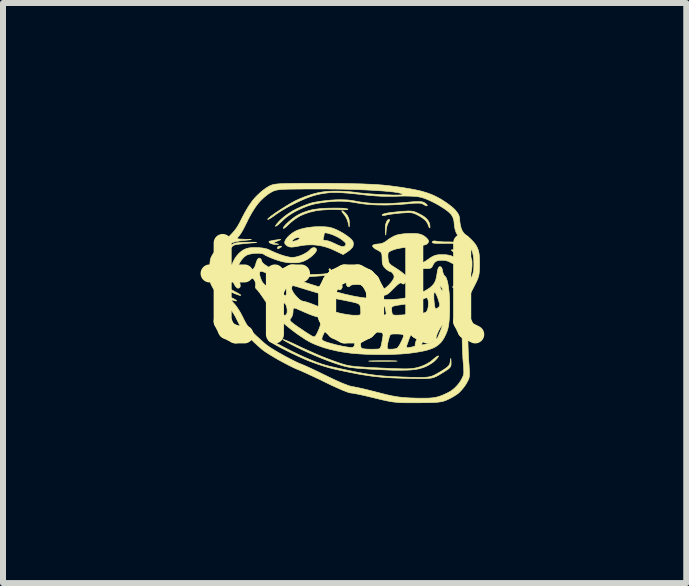
<source format=kicad_pcb>
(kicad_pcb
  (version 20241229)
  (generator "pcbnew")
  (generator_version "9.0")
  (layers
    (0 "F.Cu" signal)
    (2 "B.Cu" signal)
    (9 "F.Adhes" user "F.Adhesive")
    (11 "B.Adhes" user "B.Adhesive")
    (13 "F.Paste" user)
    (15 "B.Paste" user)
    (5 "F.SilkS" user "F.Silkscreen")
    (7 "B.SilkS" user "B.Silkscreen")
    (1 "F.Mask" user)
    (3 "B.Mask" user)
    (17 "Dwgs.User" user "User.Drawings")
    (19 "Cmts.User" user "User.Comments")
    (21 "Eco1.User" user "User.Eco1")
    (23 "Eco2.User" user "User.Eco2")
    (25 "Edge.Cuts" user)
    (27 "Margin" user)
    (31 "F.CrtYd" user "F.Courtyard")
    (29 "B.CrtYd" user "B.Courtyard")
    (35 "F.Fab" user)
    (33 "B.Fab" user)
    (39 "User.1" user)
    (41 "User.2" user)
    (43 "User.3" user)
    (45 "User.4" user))
  (footprint "troll"
    (layer "F.Cu")
    (at 2.692 1.833)
    (property "Reference" "troll" (at 0 0 0) (layer "F.SilkS") (effects (font (size 1.524 1.524) (thickness 0.3))))
    (attr through_hole)
    (fp_poly (pts (xy -1.062 -0.781) (xy -1.055 -0.78) (xy -1.052 -0.778) (xy -1.05 -0.776) (xy -1.05 -0.775) (xy -1.053 -0.772) (xy -1.053 -0.771) (xy -1.057 -0.768) (xy -1.063 -0.764) (xy -1.07 -0.759) (xy -1.078 -0.754) (xy -1.087 -0.749) (xy -1.095 -0.744) (xy -1.102 -0.74) (xy -1.108 -0.738) (xy -1.111 -0.737) (xy -1.112 -0.737) (xy -1.114 -0.738) (xy -1.115 -0.743) (xy -1.115 -0.743) (xy -1.116 -0.749) (xy -1.117 -0.754) (xy -1.117 -0.754) (xy -1.117 -0.76) (xy -1.114 -0.767) (xy -1.108 -0.772) (xy -1.105 -0.775) (xy -1.098 -0.778) (xy -1.09 -0.78) (xy -1.08 -0.781) (xy -1.071 -0.782) (xy -1.062 -0.781)) (stroke (width 0.01) (type solid)) (fill yes) (layer "F.SilkS"))
    (fp_poly (pts (xy -0.037 -1.37) (xy -0.03 -1.367) (xy -0.022 -1.362) (xy -0.013 -1.355) (xy -0.002 -1.347) (xy 0.005 -1.34) (xy 0.024 -1.32) (xy 0.04 -1.301) (xy 0.052 -1.28) (xy 0.063 -1.259) (xy 0.071 -1.236) (xy 0.072 -1.231) (xy 0.075 -1.218) (xy 0.077 -1.202) (xy 0.078 -1.184) (xy 0.079 -1.165) (xy 0.079 -1.145) (xy 0.079 -1.125) (xy 0.078 -1.119) (xy 0.078 -1.11) (xy 0.077 -1.105) (xy 0.076 -1.103) (xy 0.074 -1.103) (xy 0.074 -1.104) (xy 0.073 -1.106) (xy 0.072 -1.111) (xy 0.071 -1.118) (xy 0.069 -1.127) (xy 0.066 -1.137) (xy 0.065 -1.142) (xy 0.061 -1.161) (xy 0.057 -1.178) (xy 0.053 -1.192) (xy 0.049 -1.205) (xy 0.044 -1.218) (xy 0.039 -1.23) (xy 0.033 -1.244) (xy 0.03 -1.25) (xy 0.017 -1.272) (xy 0.004 -1.293) (xy -0.011 -1.312) (xy -0.016 -1.318) (xy -0.027 -1.332) (xy -0.036 -1.343) (xy -0.042 -1.353) (xy -0.045 -1.36) (xy -0.046 -1.366) (xy -0.045 -1.368) (xy -0.042 -1.37) (xy -0.037 -1.37)) (stroke (width 0.01) (type solid)) (fill yes) (layer "F.SilkS"))
    (fp_poly (pts (xy 0.744 -1.228) (xy 0.745 -1.227) (xy 0.748 -1.222) (xy 0.748 -1.216) (xy 0.747 -1.208) (xy 0.743 -1.198) (xy 0.739 -1.188) (xy 0.737 -1.185) (xy 0.724 -1.164) (xy 0.714 -1.141) (xy 0.706 -1.117) (xy 0.7 -1.091) (xy 0.695 -1.063) (xy 0.692 -1.033) (xy 0.691 -1.019) (xy 0.69 -1.003) (xy 0.689 -0.991) (xy 0.689 -0.982) (xy 0.688 -0.975) (xy 0.688 -0.97) (xy 0.687 -0.967) (xy 0.686 -0.965) (xy 0.686 -0.965) (xy 0.685 -0.967) (xy 0.684 -0.971) (xy 0.684 -0.977) (xy 0.683 -0.978) (xy 0.683 -0.985) (xy 0.682 -0.994) (xy 0.681 -1.004) (xy 0.68 -1.014) (xy 0.68 -1.018) (xy 0.679 -1.031) (xy 0.678 -1.047) (xy 0.678 -1.063) (xy 0.678 -1.08) (xy 0.678 -1.096) (xy 0.679 -1.11) (xy 0.681 -1.123) (xy 0.681 -1.129) (xy 0.686 -1.15) (xy 0.692 -1.169) (xy 0.698 -1.186) (xy 0.706 -1.2) (xy 0.714 -1.212) (xy 0.723 -1.221) (xy 0.725 -1.222) (xy 0.733 -1.227) (xy 0.739 -1.229) (xy 0.744 -1.228)) (stroke (width 0.01) (type solid)) (fill yes) (layer "F.SilkS"))
    (fp_poly (pts (xy 0.686 1.128) (xy 0.711 1.128) (xy 0.736 1.128) (xy 0.759 1.128) (xy 0.781 1.129) (xy 0.802 1.129) (xy 0.82 1.13) (xy 0.836 1.13) (xy 0.85 1.131) (xy 0.86 1.132) (xy 0.867 1.132) (xy 0.876 1.134) (xy 0.865 1.135) (xy 0.862 1.135) (xy 0.856 1.135) (xy 0.846 1.136) (xy 0.834 1.136) (xy 0.82 1.136) (xy 0.804 1.136) (xy 0.785 1.136) (xy 0.765 1.136) (xy 0.744 1.137) (xy 0.722 1.137) (xy 0.699 1.137) (xy 0.675 1.137) (xy 0.651 1.137) (xy 0.627 1.137) (xy 0.603 1.137) (xy 0.58 1.137) (xy 0.557 1.137) (xy 0.536 1.137) (xy 0.515 1.137) (xy 0.496 1.137) (xy 0.479 1.137) (xy 0.464 1.137) (xy 0.451 1.137) (xy 0.44 1.137) (xy 0.433 1.136) (xy 0.43 1.136) (xy 0.42 1.136) (xy 0.412 1.135) (xy 0.405 1.135) (xy 0.401 1.134) (xy 0.4 1.134) (xy 0.402 1.134) (xy 0.405 1.133) (xy 0.411 1.133) (xy 0.416 1.132) (xy 0.43 1.131) (xy 0.446 1.131) (xy 0.464 1.13) (xy 0.485 1.129) (xy 0.507 1.129) (xy 0.53 1.129) (xy 0.555 1.128) (xy 0.581 1.128) (xy 0.607 1.128) (xy 0.633 1.128) (xy 0.66 1.128) (xy 0.686 1.128)) (stroke (width 0.01) (type solid)) (fill yes) (layer "F.SilkS"))
    (fp_poly (pts (xy 0.2 -0.235) (xy 0.227 -0.233) (xy 0.252 -0.23) (xy 0.275 -0.225) (xy 0.296 -0.219) (xy 0.315 -0.212) (xy 0.332 -0.204) (xy 0.339 -0.2) (xy 0.348 -0.193) (xy 0.354 -0.187) (xy 0.358 -0.181) (xy 0.359 -0.174) (xy 0.359 -0.167) (xy 0.357 -0.161) (xy 0.352 -0.156) (xy 0.344 -0.151) (xy 0.332 -0.147) (xy 0.318 -0.144) (xy 0.311 -0.143) (xy 0.304 -0.142) (xy 0.298 -0.142) (xy 0.29 -0.141) (xy 0.281 -0.141) (xy 0.27 -0.141) (xy 0.257 -0.141) (xy 0.241 -0.141) (xy 0.238 -0.141) (xy 0.214 -0.142) (xy 0.194 -0.142) (xy 0.176 -0.141) (xy 0.16 -0.14) (xy 0.147 -0.139) (xy 0.135 -0.138) (xy 0.124 -0.135) (xy 0.124 -0.135) (xy 0.113 -0.133) (xy 0.105 -0.129) (xy 0.098 -0.125) (xy 0.093 -0.12) (xy 0.091 -0.118) (xy 0.083 -0.11) (xy 0.075 -0.105) (xy 0.066 -0.103) (xy 0.058 -0.105) (xy 0.055 -0.106) (xy 0.046 -0.113) (xy 0.038 -0.122) (xy 0.032 -0.134) (xy 0.028 -0.146) (xy 0.027 -0.153) (xy 0.026 -0.162) (xy 0.025 -0.173) (xy 0.026 -0.183) (xy 0.026 -0.192) (xy 0.028 -0.2) (xy 0.029 -0.206) (xy 0.029 -0.206) (xy 0.033 -0.212) (xy 0.037 -0.217) (xy 0.043 -0.221) (xy 0.05 -0.224) (xy 0.059 -0.227) (xy 0.07 -0.229) (xy 0.083 -0.231) (xy 0.099 -0.233) (xy 0.117 -0.235) (xy 0.145 -0.236) (xy 0.173 -0.236) (xy 0.2 -0.235)) (stroke (width 0.01) (type solid)) (fill yes) (layer "F.SilkS"))
    (fp_poly (pts (xy -1.064 -0.892) (xy -1.063 -0.891) (xy -1.064 -0.89) (xy -1.064 -0.89) (xy -1.067 -0.889) (xy -1.072 -0.886) (xy -1.079 -0.883) (xy -1.088 -0.879) (xy -1.098 -0.875) (xy -1.102 -0.874) (xy -1.121 -0.866) (xy -1.137 -0.86) (xy -1.149 -0.854) (xy -1.16 -0.85) (xy -1.168 -0.846) (xy -1.174 -0.843) (xy -1.177 -0.84) (xy -1.18 -0.838) (xy -1.18 -0.836) (xy -1.179 -0.835) (xy -1.175 -0.833) (xy -1.168 -0.83) (xy -1.158 -0.828) (xy -1.145 -0.825) (xy -1.14 -0.824) (xy -1.127 -0.821) (xy -1.117 -0.819) (xy -1.109 -0.817) (xy -1.104 -0.816) (xy -1.101 -0.815) (xy -1.1 -0.814) (xy -1.1 -0.813) (xy -1.101 -0.813) (xy -1.103 -0.812) (xy -1.108 -0.812) (xy -1.116 -0.811) (xy -1.125 -0.811) (xy -1.134 -0.81) (xy -1.146 -0.81) (xy -1.155 -0.81) (xy -1.163 -0.81) (xy -1.17 -0.811) (xy -1.177 -0.812) (xy -1.181 -0.813) (xy -1.197 -0.816) (xy -1.212 -0.821) (xy -1.226 -0.826) (xy -1.238 -0.831) (xy -1.241 -0.833) (xy -1.249 -0.838) (xy -1.254 -0.842) (xy -1.257 -0.846) (xy -1.259 -0.85) (xy -1.259 -0.852) (xy -1.26 -0.857) (xy -1.258 -0.859) (xy -1.256 -0.861) (xy -1.251 -0.863) (xy -1.244 -0.866) (xy -1.233 -0.868) (xy -1.22 -0.871) (xy -1.203 -0.875) (xy -1.184 -0.878) (xy -1.161 -0.882) (xy -1.154 -0.883) (xy -1.139 -0.885) (xy -1.124 -0.887) (xy -1.109 -0.889) (xy -1.096 -0.891) (xy -1.084 -0.892) (xy -1.079 -0.892) (xy -1.071 -0.892) (xy -1.066 -0.892) (xy -1.064 -0.892)) (stroke (width 0.01) (type solid)) (fill yes) (layer "F.SilkS"))
    (fp_poly (pts (xy -0.241 -0.402) (xy -0.235 -0.398) (xy -0.23 -0.39) (xy -0.228 -0.387) (xy -0.227 -0.383) (xy -0.225 -0.378) (xy -0.225 -0.372) (xy -0.224 -0.365) (xy -0.224 -0.361) (xy -0.224 -0.352) (xy -0.225 -0.346) (xy -0.226 -0.341) (xy -0.227 -0.337) (xy -0.229 -0.334) (xy -0.236 -0.323) (xy -0.246 -0.314) (xy -0.259 -0.307) (xy -0.274 -0.301) (xy -0.276 -0.301) (xy -0.285 -0.299) (xy -0.298 -0.297) (xy -0.313 -0.295) (xy -0.332 -0.292) (xy -0.352 -0.29) (xy -0.375 -0.288) (xy -0.4 -0.286) (xy -0.427 -0.284) (xy -0.456 -0.282) (xy -0.471 -0.281) (xy -0.499 -0.279) (xy -0.524 -0.278) (xy -0.547 -0.276) (xy -0.566 -0.275) (xy -0.582 -0.273) (xy -0.595 -0.272) (xy -0.605 -0.271) (xy -0.612 -0.27) (xy -0.613 -0.27) (xy -0.617 -0.27) (xy -0.619 -0.271) (xy -0.621 -0.275) (xy -0.622 -0.281) (xy -0.623 -0.286) (xy -0.622 -0.29) (xy -0.621 -0.291) (xy -0.617 -0.294) (xy -0.61 -0.297) (xy -0.6 -0.3) (xy -0.588 -0.303) (xy -0.572 -0.305) (xy -0.571 -0.305) (xy -0.561 -0.307) (xy -0.55 -0.308) (xy -0.537 -0.309) (xy -0.522 -0.31) (xy -0.504 -0.31) (xy -0.483 -0.311) (xy -0.462 -0.312) (xy -0.429 -0.313) (xy -0.398 -0.314) (xy -0.371 -0.316) (xy -0.347 -0.318) (xy -0.326 -0.32) (xy -0.309 -0.323) (xy -0.294 -0.326) (xy -0.282 -0.329) (xy -0.273 -0.333) (xy -0.269 -0.335) (xy -0.263 -0.342) (xy -0.257 -0.35) (xy -0.254 -0.358) (xy -0.253 -0.362) (xy -0.253 -0.368) (xy -0.255 -0.375) (xy -0.256 -0.379) (xy -0.259 -0.387) (xy -0.261 -0.393) (xy -0.26 -0.397) (xy -0.258 -0.401) (xy -0.257 -0.401) (xy -0.252 -0.404) (xy -0.246 -0.405) (xy -0.241 -0.402)) (stroke (width 0.01) (type solid)) (fill yes) (layer "F.SilkS"))
    (fp_poly (pts (xy 1.803 -0.72) (xy 1.814 -0.718) (xy 1.826 -0.714) (xy 1.84 -0.71) (xy 1.854 -0.704) (xy 1.869 -0.698) (xy 1.884 -0.691) (xy 1.891 -0.688) (xy 1.905 -0.681) (xy 1.917 -0.674) (xy 1.926 -0.667) (xy 1.933 -0.661) (xy 1.938 -0.655) (xy 1.938 -0.655) (xy 1.943 -0.646) (xy 1.948 -0.635) (xy 1.952 -0.62) (xy 1.957 -0.604) (xy 1.961 -0.585) (xy 1.966 -0.565) (xy 1.969 -0.544) (xy 1.973 -0.522) (xy 1.976 -0.499) (xy 1.979 -0.476) (xy 1.981 -0.454) (xy 1.982 -0.432) (xy 1.983 -0.41) (xy 1.983 -0.4) (xy 1.982 -0.383) (xy 1.981 -0.369) (xy 1.978 -0.356) (xy 1.974 -0.344) (xy 1.968 -0.332) (xy 1.96 -0.321) (xy 1.949 -0.308) (xy 1.945 -0.302) (xy 1.934 -0.291) (xy 1.923 -0.281) (xy 1.912 -0.271) (xy 1.901 -0.263) (xy 1.89 -0.255) (xy 1.88 -0.249) (xy 1.87 -0.245) (xy 1.863 -0.242) (xy 1.856 -0.241) (xy 1.852 -0.243) (xy 1.852 -0.243) (xy 1.85 -0.246) (xy 1.85 -0.249) (xy 1.852 -0.254) (xy 1.855 -0.259) (xy 1.86 -0.266) (xy 1.867 -0.274) (xy 1.877 -0.285) (xy 1.888 -0.297) (xy 1.902 -0.31) (xy 1.914 -0.322) (xy 1.924 -0.333) (xy 1.932 -0.342) (xy 1.939 -0.349) (xy 1.944 -0.356) (xy 1.948 -0.362) (xy 1.951 -0.368) (xy 1.953 -0.373) (xy 1.955 -0.38) (xy 1.956 -0.382) (xy 1.957 -0.39) (xy 1.958 -0.398) (xy 1.959 -0.408) (xy 1.959 -0.419) (xy 1.958 -0.432) (xy 1.957 -0.447) (xy 1.955 -0.465) (xy 1.952 -0.485) (xy 1.95 -0.499) (xy 1.946 -0.523) (xy 1.942 -0.544) (xy 1.939 -0.563) (xy 1.935 -0.579) (xy 1.931 -0.592) (xy 1.926 -0.604) (xy 1.921 -0.614) (xy 1.915 -0.623) (xy 1.909 -0.63) (xy 1.901 -0.637) (xy 1.894 -0.643) (xy 1.889 -0.646) (xy 1.882 -0.65) (xy 1.873 -0.655) (xy 1.863 -0.661) (xy 1.853 -0.666) (xy 1.851 -0.667) (xy 1.833 -0.676) (xy 1.817 -0.685) (xy 1.803 -0.694) (xy 1.793 -0.701) (xy 1.786 -0.707) (xy 1.781 -0.713) (xy 1.78 -0.717) (xy 1.78 -0.717) (xy 1.782 -0.72) (xy 1.787 -0.721) (xy 1.794 -0.721) (xy 1.803 -0.72)) (stroke (width 0.01) (type solid)) (fill yes) (layer "F.SilkS"))
    (fp_poly (pts (xy 0.002 -0.4) (xy 0.016 -0.4) (xy 0.027 -0.399) (xy 0.037 -0.398) (xy 0.046 -0.396) (xy 0.055 -0.394) (xy 0.062 -0.391) (xy 0.071 -0.387) (xy 0.079 -0.382) (xy 0.087 -0.376) (xy 0.09 -0.372) (xy 0.094 -0.365) (xy 0.094 -0.357) (xy 0.092 -0.349) (xy 0.089 -0.342) (xy 0.081 -0.333) (xy 0.071 -0.326) (xy 0.059 -0.32) (xy 0.044 -0.317) (xy 0.034 -0.315) (xy 0.026 -0.314) (xy 0.016 -0.312) (xy 0.004 -0.31) (xy -0.008 -0.307) (xy -0.02 -0.305) (xy -0.031 -0.303) (xy -0.04 -0.301) (xy -0.047 -0.299) (xy -0.049 -0.298) (xy -0.065 -0.293) (xy -0.078 -0.287) (xy -0.088 -0.281) (xy -0.095 -0.273) (xy -0.1 -0.265) (xy -0.103 -0.254) (xy -0.105 -0.243) (xy -0.105 -0.231) (xy -0.103 -0.219) (xy -0.099 -0.206) (xy -0.093 -0.193) (xy -0.089 -0.186) (xy -0.086 -0.181) (xy -0.082 -0.175) (xy -0.076 -0.169) (xy -0.069 -0.162) (xy -0.058 -0.15) (xy -0.05 -0.14) (xy -0.046 -0.134) (xy -0.043 -0.128) (xy -0.041 -0.123) (xy -0.04 -0.118) (xy -0.04 -0.112) (xy -0.04 -0.108) (xy -0.04 -0.101) (xy -0.04 -0.096) (xy -0.042 -0.091) (xy -0.044 -0.086) (xy -0.046 -0.082) (xy -0.053 -0.071) (xy -0.06 -0.062) (xy -0.067 -0.056) (xy -0.074 -0.053) (xy -0.078 -0.053) (xy -0.081 -0.053) (xy -0.085 -0.055) (xy -0.091 -0.057) (xy -0.091 -0.057) (xy -0.104 -0.063) (xy -0.118 -0.071) (xy -0.132 -0.079) (xy -0.145 -0.088) (xy -0.156 -0.097) (xy -0.166 -0.106) (xy -0.168 -0.108) (xy -0.178 -0.122) (xy -0.187 -0.138) (xy -0.192 -0.153) (xy -0.194 -0.162) (xy -0.195 -0.173) (xy -0.196 -0.186) (xy -0.197 -0.201) (xy -0.198 -0.217) (xy -0.198 -0.233) (xy -0.198 -0.249) (xy -0.197 -0.264) (xy -0.197 -0.278) (xy -0.196 -0.29) (xy -0.194 -0.299) (xy -0.194 -0.3) (xy -0.188 -0.318) (xy -0.18 -0.334) (xy -0.17 -0.348) (xy -0.157 -0.361) (xy -0.141 -0.372) (xy -0.123 -0.381) (xy -0.101 -0.389) (xy -0.077 -0.395) (xy -0.072 -0.397) (xy -0.065 -0.398) (xy -0.059 -0.399) (xy -0.053 -0.4) (xy -0.046 -0.4) (xy -0.037 -0.4) (xy -0.026 -0.4) (xy -0.014 -0.4) (xy 0.002 -0.4)) (stroke (width 0.01) (type solid)) (fill yes) (layer "F.SilkS"))
    (fp_poly (pts (xy 1.085 -1.366) (xy 1.102 -1.366) (xy 1.118 -1.364) (xy 1.132 -1.362) (xy 1.147 -1.359) (xy 1.162 -1.355) (xy 1.177 -1.35) (xy 1.193 -1.343) (xy 1.211 -1.335) (xy 1.231 -1.326) (xy 1.246 -1.318) (xy 1.27 -1.306) (xy 1.291 -1.294) (xy 1.309 -1.283) (xy 1.326 -1.272) (xy 1.34 -1.261) (xy 1.354 -1.249) (xy 1.367 -1.237) (xy 1.367 -1.236) (xy 1.385 -1.216) (xy 1.398 -1.196) (xy 1.409 -1.175) (xy 1.416 -1.154) (xy 1.421 -1.131) (xy 1.422 -1.108) (xy 1.422 -1.102) (xy 1.422 -1.094) (xy 1.421 -1.088) (xy 1.42 -1.085) (xy 1.418 -1.085) (xy 1.415 -1.087) (xy 1.413 -1.089) (xy 1.41 -1.093) (xy 1.407 -1.099) (xy 1.404 -1.107) (xy 1.4 -1.116) (xy 1.395 -1.129) (xy 1.393 -1.134) (xy 1.388 -1.146) (xy 1.384 -1.155) (xy 1.38 -1.164) (xy 1.375 -1.172) (xy 1.369 -1.181) (xy 1.367 -1.185) (xy 1.357 -1.198) (xy 1.346 -1.211) (xy 1.332 -1.224) (xy 1.317 -1.236) (xy 1.3 -1.249) (xy 1.28 -1.263) (xy 1.257 -1.277) (xy 1.245 -1.284) (xy 1.221 -1.297) (xy 1.198 -1.309) (xy 1.177 -1.319) (xy 1.158 -1.326) (xy 1.14 -1.332) (xy 1.123 -1.336) (xy 1.116 -1.337) (xy 1.102 -1.338) (xy 1.084 -1.339) (xy 1.064 -1.339) (xy 1.041 -1.339) (xy 1.014 -1.338) (xy 0.984 -1.336) (xy 0.951 -1.334) (xy 0.926 -1.332) (xy 0.898 -1.329) (xy 0.87 -1.326) (xy 0.842 -1.323) (xy 0.815 -1.32) (xy 0.789 -1.316) (xy 0.764 -1.313) (xy 0.742 -1.309) (xy 0.721 -1.305) (xy 0.703 -1.302) (xy 0.689 -1.299) (xy 0.679 -1.296) (xy 0.668 -1.294) (xy 0.657 -1.293) (xy 0.647 -1.292) (xy 0.639 -1.292) (xy 0.633 -1.293) (xy 0.633 -1.293) (xy 0.629 -1.295) (xy 0.626 -1.297) (xy 0.626 -1.302) (xy 0.628 -1.306) (xy 0.634 -1.311) (xy 0.643 -1.315) (xy 0.656 -1.32) (xy 0.671 -1.324) (xy 0.69 -1.328) (xy 0.712 -1.333) (xy 0.736 -1.337) (xy 0.764 -1.341) (xy 0.795 -1.345) (xy 0.828 -1.348) (xy 0.838 -1.349) (xy 0.873 -1.353) (xy 0.906 -1.356) (xy 0.935 -1.359) (xy 0.961 -1.361) (xy 0.985 -1.363) (xy 1.006 -1.364) (xy 1.026 -1.365) (xy 1.043 -1.366) (xy 1.058 -1.367) (xy 1.066 -1.367) (xy 1.085 -1.366)) (stroke (width 0.01) (type solid)) (fill yes) (layer "F.SilkS"))
    (fp_poly (pts (xy -0.121 -1.415) (xy -0.101 -1.415) (xy -0.082 -1.414) (xy -0.066 -1.414) (xy -0.051 -1.414) (xy -0.039 -1.413) (xy -0.03 -1.413) (xy -0.029 -1.413) (xy -0.012 -1.411) (xy 0.004 -1.409) (xy 0.018 -1.407) (xy 0.031 -1.405) (xy 0.041 -1.403) (xy 0.049 -1.4) (xy 0.054 -1.398) (xy 0.055 -1.396) (xy 0.055 -1.394) (xy 0.051 -1.392) (xy 0.045 -1.39) (xy 0.036 -1.389) (xy 0.024 -1.388) (xy 0.009 -1.388) (xy -0.009 -1.387) (xy -0.031 -1.387) (xy -0.055 -1.388) (xy -0.083 -1.388) (xy -0.114 -1.389) (xy -0.14 -1.39) (xy -0.17 -1.391) (xy -0.202 -1.391) (xy -0.235 -1.391) (xy -0.269 -1.39) (xy -0.303 -1.388) (xy -0.337 -1.386) (xy -0.37 -1.384) (xy -0.401 -1.381) (xy -0.429 -1.378) (xy -0.442 -1.377) (xy -0.474 -1.372) (xy -0.506 -1.365) (xy -0.539 -1.357) (xy -0.573 -1.349) (xy -0.606 -1.339) (xy -0.638 -1.328) (xy -0.669 -1.317) (xy -0.698 -1.305) (xy -0.725 -1.293) (xy -0.75 -1.281) (xy -0.765 -1.272) (xy -0.789 -1.257) (xy -0.813 -1.241) (xy -0.837 -1.224) (xy -0.861 -1.206) (xy -0.883 -1.189) (xy -0.898 -1.175) (xy -0.902 -1.172) (xy -0.908 -1.167) (xy -0.915 -1.16) (xy -0.923 -1.152) (xy -0.932 -1.144) (xy -0.936 -1.14) (xy -0.953 -1.124) (xy -0.968 -1.111) (xy -0.981 -1.099) (xy -0.992 -1.091) (xy -1.001 -1.084) (xy -1.008 -1.08) (xy -1.014 -1.077) (xy -1.018 -1.077) (xy -1.02 -1.078) (xy -1.021 -1.082) (xy -1.02 -1.087) (xy -1.017 -1.094) (xy -1.013 -1.103) (xy -1.006 -1.112) (xy -1.005 -1.113) (xy -0.989 -1.132) (xy -0.971 -1.151) (xy -0.951 -1.17) (xy -0.929 -1.19) (xy -0.905 -1.21) (xy -0.881 -1.23) (xy -0.856 -1.249) (xy -0.832 -1.267) (xy -0.807 -1.283) (xy -0.784 -1.297) (xy -0.762 -1.31) (xy -0.759 -1.311) (xy -0.734 -1.323) (xy -0.707 -1.335) (xy -0.678 -1.346) (xy -0.648 -1.357) (xy -0.617 -1.367) (xy -0.586 -1.376) (xy -0.556 -1.384) (xy -0.528 -1.39) (xy -0.504 -1.394) (xy -0.479 -1.398) (xy -0.451 -1.401) (xy -0.42 -1.405) (xy -0.387 -1.408) (xy -0.351 -1.41) (xy -0.332 -1.412) (xy -0.32 -1.412) (xy -0.306 -1.413) (xy -0.29 -1.413) (xy -0.272 -1.414) (xy -0.252 -1.414) (xy -0.231 -1.414) (xy -0.209 -1.415) (xy -0.187 -1.415) (xy -0.164 -1.415) (xy -0.142 -1.415) (xy -0.121 -1.415)) (stroke (width 0.01) (type solid)) (fill yes) (layer "F.SilkS"))
    (fp_poly (pts (xy 1.646 -0.639) (xy 1.662 -0.639) (xy 1.677 -0.638) (xy 1.69 -0.638) (xy 1.701 -0.637) (xy 1.703 -0.636) (xy 1.729 -0.632) (xy 1.751 -0.627) (xy 1.771 -0.622) (xy 1.789 -0.615) (xy 1.805 -0.607) (xy 1.819 -0.599) (xy 1.833 -0.588) (xy 1.844 -0.578) (xy 1.856 -0.565) (xy 1.864 -0.552) (xy 1.869 -0.539) (xy 1.871 -0.527) (xy 1.87 -0.516) (xy 1.865 -0.505) (xy 1.863 -0.501) (xy 1.856 -0.494) (xy 1.848 -0.488) (xy 1.84 -0.485) (xy 1.835 -0.484) (xy 1.825 -0.485) (xy 1.813 -0.488) (xy 1.799 -0.493) (xy 1.784 -0.5) (xy 1.768 -0.508) (xy 1.762 -0.512) (xy 1.738 -0.524) (xy 1.714 -0.533) (xy 1.687 -0.54) (xy 1.659 -0.544) (xy 1.629 -0.546) (xy 1.62 -0.546) (xy 1.6 -0.545) (xy 1.583 -0.544) (xy 1.567 -0.542) (xy 1.553 -0.539) (xy 1.543 -0.536) (xy 1.529 -0.53) (xy 1.517 -0.523) (xy 1.505 -0.513) (xy 1.494 -0.501) (xy 1.484 -0.486) (xy 1.474 -0.468) (xy 1.47 -0.46) (xy 1.465 -0.45) (xy 1.46 -0.442) (xy 1.456 -0.435) (xy 1.453 -0.43) (xy 1.452 -0.429) (xy 1.445 -0.423) (xy 1.436 -0.417) (xy 1.425 -0.413) (xy 1.416 -0.41) (xy 1.413 -0.409) (xy 1.406 -0.409) (xy 1.397 -0.408) (xy 1.387 -0.408) (xy 1.375 -0.408) (xy 1.363 -0.407) (xy 1.351 -0.407) (xy 1.339 -0.407) (xy 1.329 -0.407) (xy 1.321 -0.407) (xy 1.315 -0.407) (xy 1.314 -0.407) (xy 1.296 -0.409) (xy 1.278 -0.412) (xy 1.26 -0.415) (xy 1.242 -0.418) (xy 1.227 -0.422) (xy 1.213 -0.425) (xy 1.213 -0.425) (xy 1.196 -0.432) (xy 1.18 -0.44) (xy 1.165 -0.45) (xy 1.151 -0.461) (xy 1.14 -0.473) (xy 1.131 -0.485) (xy 1.125 -0.498) (xy 1.122 -0.51) (xy 1.122 -0.521) (xy 1.125 -0.531) (xy 1.13 -0.541) (xy 1.136 -0.549) (xy 1.14 -0.552) (xy 1.143 -0.554) (xy 1.145 -0.555) (xy 1.149 -0.555) (xy 1.154 -0.555) (xy 1.162 -0.555) (xy 1.163 -0.555) (xy 1.172 -0.554) (xy 1.182 -0.552) (xy 1.191 -0.55) (xy 1.202 -0.546) (xy 1.214 -0.541) (xy 1.229 -0.535) (xy 1.237 -0.531) (xy 1.25 -0.525) (xy 1.26 -0.521) (xy 1.268 -0.517) (xy 1.275 -0.515) (xy 1.281 -0.513) (xy 1.286 -0.512) (xy 1.292 -0.512) (xy 1.293 -0.512) (xy 1.299 -0.512) (xy 1.305 -0.512) (xy 1.311 -0.513) (xy 1.318 -0.515) (xy 1.325 -0.518) (xy 1.334 -0.523) (xy 1.343 -0.528) (xy 1.354 -0.535) (xy 1.367 -0.544) (xy 1.382 -0.554) (xy 1.4 -0.566) (xy 1.404 -0.569) (xy 1.425 -0.584) (xy 1.443 -0.596) (xy 1.46 -0.606) (xy 1.477 -0.614) (xy 1.492 -0.621) (xy 1.507 -0.627) (xy 1.523 -0.631) (xy 1.54 -0.635) (xy 1.547 -0.636) (xy 1.556 -0.637) (xy 1.567 -0.638) (xy 1.581 -0.639) (xy 1.596 -0.639) (xy 1.612 -0.639) (xy 1.629 -0.639) (xy 1.646 -0.639)) (stroke (width 0.01) (type solid)) (fill yes) (layer "F.SilkS"))
    (fp_poly (pts (xy -1.571 -0.847) (xy -1.548 -0.847) (xy -1.528 -0.847) (xy -1.511 -0.847) (xy -1.497 -0.847) (xy -1.486 -0.846) (xy -1.477 -0.846) (xy -1.471 -0.845) (xy -1.467 -0.845) (xy -1.466 -0.844) (xy -1.467 -0.843) (xy -1.469 -0.842) (xy -1.472 -0.842) (xy -1.476 -0.841) (xy -1.483 -0.84) (xy -1.492 -0.839) (xy -1.503 -0.838) (xy -1.517 -0.837) (xy -1.517 -0.837) (xy -1.555 -0.834) (xy -1.591 -0.831) (xy -1.625 -0.828) (xy -1.657 -0.825) (xy -1.688 -0.822) (xy -1.716 -0.819) (xy -1.742 -0.816) (xy -1.766 -0.813) (xy -1.787 -0.81) (xy -1.805 -0.807) (xy -1.82 -0.804) (xy -1.833 -0.801) (xy -1.842 -0.798) (xy -1.847 -0.796) (xy -1.856 -0.791) (xy -1.865 -0.783) (xy -1.876 -0.773) (xy -1.888 -0.76) (xy -1.901 -0.746) (xy -1.914 -0.73) (xy -1.927 -0.713) (xy -1.94 -0.696) (xy -1.953 -0.677) (xy -1.954 -0.675) (xy -1.964 -0.66) (xy -1.973 -0.645) (xy -1.981 -0.631) (xy -1.987 -0.618) (xy -1.993 -0.604) (xy -1.998 -0.59) (xy -2.001 -0.575) (xy -2.004 -0.559) (xy -2.007 -0.542) (xy -2.008 -0.523) (xy -2.009 -0.502) (xy -2.01 -0.479) (xy -2.01 -0.453) (xy -2.009 -0.425) (xy -2.009 -0.387) (xy -2.007 -0.35) (xy -2.005 -0.316) (xy -2.002 -0.284) (xy -1.998 -0.254) (xy -1.994 -0.227) (xy -1.989 -0.202) (xy -1.984 -0.181) (xy -1.978 -0.163) (xy -1.976 -0.157) (xy -1.969 -0.141) (xy -1.96 -0.126) (xy -1.951 -0.112) (xy -1.94 -0.098) (xy -1.927 -0.086) (xy -1.911 -0.074) (xy -1.894 -0.061) (xy -1.874 -0.049) (xy -1.85 -0.036) (xy -1.846 -0.034) (xy -1.821 -0.02) (xy -1.799 -0.009) (xy -1.78 0.002) (xy -1.764 0.011) (xy -1.751 0.019) (xy -1.741 0.026) (xy -1.734 0.031) (xy -1.73 0.035) (xy -1.73 0.037) (xy -1.73 0.037) (xy -1.732 0.039) (xy -1.737 0.039) (xy -1.744 0.038) (xy -1.753 0.037) (xy -1.757 0.036) (xy -1.771 0.031) (xy -1.787 0.026) (xy -1.805 0.019) (xy -1.823 0.012) (xy -1.842 0.004) (xy -1.86 -0.004) (xy -1.877 -0.012) (xy -1.893 -0.02) (xy -1.906 -0.027) (xy -1.914 -0.032) (xy -1.929 -0.043) (xy -1.945 -0.057) (xy -1.96 -0.074) (xy -1.974 -0.091) (xy -1.986 -0.109) (xy -1.986 -0.11) (xy -1.992 -0.12) (xy -1.997 -0.13) (xy -2.001 -0.14) (xy -2.005 -0.151) (xy -2.009 -0.164) (xy -2.012 -0.178) (xy -2.015 -0.194) (xy -2.018 -0.212) (xy -2.021 -0.233) (xy -2.024 -0.257) (xy -2.025 -0.268) (xy -2.027 -0.287) (xy -2.029 -0.309) (xy -2.03 -0.332) (xy -2.031 -0.357) (xy -2.032 -0.383) (xy -2.033 -0.409) (xy -2.033 -0.435) (xy -2.033 -0.461) (xy -2.033 -0.487) (xy -2.032 -0.51) (xy -2.032 -0.532) (xy -2.031 -0.552) (xy -2.029 -0.569) (xy -2.028 -0.575) (xy -2.025 -0.597) (xy -2.019 -0.619) (xy -2.011 -0.641) (xy -2 -0.662) (xy -1.987 -0.685) (xy -1.982 -0.693) (xy -1.971 -0.708) (xy -1.961 -0.721) (xy -1.952 -0.734) (xy -1.942 -0.745) (xy -1.931 -0.757) (xy -1.926 -0.762) (xy -1.911 -0.777) (xy -1.895 -0.79) (xy -1.88 -0.803) (xy -1.866 -0.813) (xy -1.852 -0.821) (xy -1.84 -0.827) (xy -1.837 -0.828) (xy -1.826 -0.831) (xy -1.814 -0.834) (xy -1.8 -0.836) (xy -1.784 -0.839) (xy -1.765 -0.841) (xy -1.743 -0.844) (xy -1.726 -0.845) (xy -1.719 -0.846) (xy -1.709 -0.846) (xy -1.697 -0.847) (xy -1.683 -0.847) (xy -1.665 -0.847) (xy -1.645 -0.847) (xy -1.622 -0.847) (xy -1.597 -0.847) (xy -1.571 -0.847)) (stroke (width 0.01) (type solid)) (fill yes) (layer "F.SilkS"))
    (fp_poly (pts (xy 1.518 -0.866) (xy 1.536 -0.863) (xy 1.537 -0.863) (xy 1.548 -0.861) (xy 1.563 -0.859) (xy 1.581 -0.857) (xy 1.601 -0.856) (xy 1.622 -0.854) (xy 1.646 -0.853) (xy 1.671 -0.852) (xy 1.697 -0.852) (xy 1.723 -0.852) (xy 1.747 -0.852) (xy 1.768 -0.851) (xy 1.786 -0.851) (xy 1.802 -0.849) (xy 1.816 -0.848) (xy 1.828 -0.846) (xy 1.839 -0.843) (xy 1.848 -0.84) (xy 1.852 -0.839) (xy 1.859 -0.836) (xy 1.866 -0.833) (xy 1.873 -0.829) (xy 1.88 -0.825) (xy 1.887 -0.82) (xy 1.896 -0.814) (xy 1.905 -0.806) (xy 1.917 -0.797) (xy 1.93 -0.786) (xy 1.942 -0.776) (xy 1.96 -0.761) (xy 1.976 -0.749) (xy 1.99 -0.738) (xy 2.003 -0.728) (xy 2.014 -0.721) (xy 2.023 -0.716) (xy 2.025 -0.715) (xy 2.031 -0.712) (xy 2.036 -0.71) (xy 2.039 -0.709) (xy 2.042 -0.706) (xy 2.047 -0.701) (xy 2.052 -0.694) (xy 2.058 -0.686) (xy 2.064 -0.677) (xy 2.068 -0.671) (xy 2.08 -0.649) (xy 2.092 -0.625) (xy 2.102 -0.602) (xy 2.11 -0.579) (xy 2.117 -0.557) (xy 2.118 -0.554) (xy 2.123 -0.531) (xy 2.123 -0.487) (xy 2.123 -0.471) (xy 2.123 -0.457) (xy 2.122 -0.444) (xy 2.122 -0.431) (xy 2.12 -0.418) (xy 2.118 -0.405) (xy 2.116 -0.391) (xy 2.113 -0.375) (xy 2.11 -0.357) (xy 2.105 -0.337) (xy 2.105 -0.334) (xy 2.1 -0.312) (xy 2.095 -0.293) (xy 2.091 -0.276) (xy 2.087 -0.263) (xy 2.083 -0.252) (xy 2.079 -0.243) (xy 2.078 -0.241) (xy 2.07 -0.228) (xy 2.058 -0.215) (xy 2.043 -0.201) (xy 2.024 -0.187) (xy 2.005 -0.174) (xy 1.993 -0.167) (xy 1.98 -0.159) (xy 1.965 -0.152) (xy 1.949 -0.144) (xy 1.933 -0.137) (xy 1.916 -0.129) (xy 1.9 -0.123) (xy 1.883 -0.116) (xy 1.868 -0.11) (xy 1.853 -0.105) (xy 1.839 -0.101) (xy 1.828 -0.097) (xy 1.817 -0.095) (xy 1.81 -0.094) (xy 1.804 -0.094) (xy 1.802 -0.095) (xy 1.8 -0.099) (xy 1.801 -0.104) (xy 1.805 -0.108) (xy 1.812 -0.114) (xy 1.823 -0.12) (xy 1.824 -0.12) (xy 1.853 -0.134) (xy 1.879 -0.146) (xy 1.903 -0.158) (xy 1.923 -0.168) (xy 1.941 -0.177) (xy 1.957 -0.184) (xy 1.97 -0.191) (xy 1.981 -0.197) (xy 1.99 -0.202) (xy 1.997 -0.206) (xy 2.001 -0.209) (xy 2.013 -0.217) (xy 2.024 -0.227) (xy 2.034 -0.238) (xy 2.042 -0.249) (xy 2.043 -0.249) (xy 2.049 -0.259) (xy 2.054 -0.271) (xy 2.06 -0.285) (xy 2.065 -0.302) (xy 2.071 -0.321) (xy 2.077 -0.344) (xy 2.083 -0.368) (xy 2.089 -0.395) (xy 2.093 -0.42) (xy 2.097 -0.443) (xy 2.099 -0.463) (xy 2.099 -0.483) (xy 2.099 -0.501) (xy 2.097 -0.518) (xy 2.094 -0.535) (xy 2.093 -0.539) (xy 2.084 -0.569) (xy 2.074 -0.596) (xy 2.062 -0.622) (xy 2.048 -0.644) (xy 2.032 -0.664) (xy 2.015 -0.682) (xy 1.996 -0.696) (xy 1.989 -0.701) (xy 1.968 -0.713) (xy 1.949 -0.726) (xy 1.93 -0.741) (xy 1.911 -0.757) (xy 1.891 -0.775) (xy 1.889 -0.778) (xy 1.877 -0.788) (xy 1.868 -0.797) (xy 1.86 -0.803) (xy 1.853 -0.809) (xy 1.847 -0.813) (xy 1.841 -0.816) (xy 1.834 -0.818) (xy 1.833 -0.819) (xy 1.827 -0.821) (xy 1.822 -0.822) (xy 1.816 -0.824) (xy 1.811 -0.825) (xy 1.804 -0.826) (xy 1.797 -0.827) (xy 1.789 -0.827) (xy 1.779 -0.828) (xy 1.768 -0.828) (xy 1.755 -0.828) (xy 1.739 -0.828) (xy 1.722 -0.828) (xy 1.702 -0.828) (xy 1.678 -0.828) (xy 1.652 -0.827) (xy 1.652 -0.827) (xy 1.623 -0.827) (xy 1.597 -0.827) (xy 1.574 -0.827) (xy 1.554 -0.827) (xy 1.537 -0.827) (xy 1.522 -0.828) (xy 1.509 -0.829) (xy 1.499 -0.83) (xy 1.49 -0.831) (xy 1.483 -0.832) (xy 1.481 -0.833) (xy 1.471 -0.836) (xy 1.464 -0.84) (xy 1.46 -0.845) (xy 1.46 -0.85) (xy 1.463 -0.856) (xy 1.464 -0.857) (xy 1.47 -0.862) (xy 1.479 -0.866) (xy 1.489 -0.868) (xy 1.502 -0.868) (xy 1.518 -0.866)) (stroke (width 0.01) (type solid)) (fill yes) (layer "F.SilkS"))
    (fp_poly (pts (xy -0.051 -1.554) (xy -0.024 -1.554) (xy 0.003 -1.553) (xy 0.027 -1.552) (xy 0.05 -1.551) (xy 0.064 -1.549) (xy 0.079 -1.548) (xy 0.097 -1.545) (xy 0.116 -1.543) (xy 0.135 -1.54) (xy 0.153 -1.537) (xy 0.17 -1.534) (xy 0.185 -1.531) (xy 0.186 -1.531) (xy 0.227 -1.523) (xy 0.27 -1.516) (xy 0.316 -1.51) (xy 0.363 -1.504) (xy 0.412 -1.499) (xy 0.462 -1.495) (xy 0.513 -1.492) (xy 0.556 -1.49) (xy 0.586 -1.489) (xy 0.62 -1.489) (xy 0.656 -1.489) (xy 0.694 -1.49) (xy 0.736 -1.491) (xy 0.779 -1.493) (xy 0.824 -1.496) (xy 0.87 -1.499) (xy 0.918 -1.502) (xy 0.967 -1.506) (xy 1.017 -1.51) (xy 1.06 -1.514) (xy 1.083 -1.516) (xy 1.104 -1.518) (xy 1.121 -1.52) (xy 1.137 -1.521) (xy 1.151 -1.522) (xy 1.163 -1.523) (xy 1.175 -1.523) (xy 1.186 -1.524) (xy 1.197 -1.524) (xy 1.209 -1.524) (xy 1.221 -1.524) (xy 1.223 -1.524) (xy 1.243 -1.524) (xy 1.26 -1.523) (xy 1.275 -1.522) (xy 1.287 -1.52) (xy 1.299 -1.518) (xy 1.309 -1.515) (xy 1.32 -1.51) (xy 1.322 -1.509) (xy 1.333 -1.503) (xy 1.344 -1.496) (xy 1.354 -1.489) (xy 1.363 -1.481) (xy 1.37 -1.473) (xy 1.375 -1.466) (xy 1.376 -1.462) (xy 1.377 -1.457) (xy 1.376 -1.454) (xy 1.371 -1.453) (xy 1.365 -1.453) (xy 1.36 -1.454) (xy 1.353 -1.456) (xy 1.346 -1.46) (xy 1.337 -1.464) (xy 1.326 -1.47) (xy 1.319 -1.474) (xy 1.308 -1.481) (xy 1.297 -1.486) (xy 1.286 -1.49) (xy 1.274 -1.494) (xy 1.262 -1.496) (xy 1.248 -1.497) (xy 1.233 -1.498) (xy 1.215 -1.498) (xy 1.197 -1.498) (xy 1.185 -1.498) (xy 1.174 -1.497) (xy 1.163 -1.497) (xy 1.152 -1.496) (xy 1.141 -1.496) (xy 1.128 -1.495) (xy 1.114 -1.493) (xy 1.099 -1.492) (xy 1.08 -1.49) (xy 1.059 -1.488) (xy 1.052 -1.487) (xy 0.967 -1.48) (xy 0.882 -1.474) (xy 0.798 -1.47) (xy 0.716 -1.467) (xy 0.635 -1.467) (xy 0.556 -1.468) (xy 0.479 -1.471) (xy 0.462 -1.472) (xy 0.429 -1.474) (xy 0.399 -1.477) (xy 0.371 -1.479) (xy 0.345 -1.482) (xy 0.319 -1.485) (xy 0.293 -1.488) (xy 0.266 -1.492) (xy 0.238 -1.496) (xy 0.208 -1.501) (xy 0.19 -1.504) (xy 0.155 -1.51) (xy 0.123 -1.515) (xy 0.093 -1.519) (xy 0.065 -1.523) (xy 0.037 -1.525) (xy 0.009 -1.527) (xy -0.019 -1.529) (xy -0.049 -1.53) (xy -0.052 -1.53) (xy -0.091 -1.53) (xy -0.133 -1.53) (xy -0.177 -1.527) (xy -0.222 -1.524) (xy -0.269 -1.52) (xy -0.316 -1.515) (xy -0.363 -1.509) (xy -0.409 -1.501) (xy -0.454 -1.493) (xy -0.484 -1.488) (xy -0.525 -1.478) (xy -0.568 -1.466) (xy -0.611 -1.452) (xy -0.656 -1.435) (xy -0.7 -1.417) (xy -0.745 -1.397) (xy -0.788 -1.376) (xy -0.831 -1.354) (xy -0.872 -1.33) (xy -0.91 -1.306) (xy -0.946 -1.281) (xy -0.958 -1.273) (xy -0.969 -1.264) (xy -0.98 -1.255) (xy -0.99 -1.247) (xy -1.001 -1.238) (xy -1.011 -1.228) (xy -1.023 -1.217) (xy -1.036 -1.204) (xy -1.047 -1.194) (xy -1.065 -1.177) (xy -1.081 -1.162) (xy -1.096 -1.149) (xy -1.109 -1.138) (xy -1.121 -1.129) (xy -1.13 -1.123) (xy -1.138 -1.117) (xy -1.145 -1.114) (xy -1.15 -1.113) (xy -1.153 -1.113) (xy -1.153 -1.115) (xy -1.152 -1.118) (xy -1.149 -1.123) (xy -1.145 -1.13) (xy -1.14 -1.137) (xy -1.135 -1.145) (xy -1.129 -1.152) (xy -1.1 -1.186) (xy -1.068 -1.219) (xy -1.032 -1.251) (xy -0.993 -1.283) (xy -0.951 -1.314) (xy -0.905 -1.344) (xy -0.874 -1.364) (xy -0.853 -1.376) (xy -0.829 -1.388) (xy -0.803 -1.401) (xy -0.776 -1.414) (xy -0.748 -1.427) (xy -0.719 -1.44) (xy -0.69 -1.452) (xy -0.661 -1.463) (xy -0.632 -1.474) (xy -0.605 -1.484) (xy -0.579 -1.493) (xy -0.555 -1.5) (xy -0.533 -1.506) (xy -0.524 -1.508) (xy -0.499 -1.513) (xy -0.47 -1.518) (xy -0.44 -1.523) (xy -0.407 -1.528) (xy -0.373 -1.533) (xy -0.338 -1.537) (xy -0.303 -1.541) (xy -0.268 -1.545) (xy -0.233 -1.548) (xy -0.199 -1.55) (xy -0.167 -1.552) (xy -0.159 -1.553) (xy -0.134 -1.554) (xy -0.107 -1.554) (xy -0.079 -1.555) (xy -0.051 -1.554)) (stroke (width 0.01) (type solid)) (fill yes) (layer "F.SilkS"))
    (fp_poly (pts (xy -1.44 -0.757) (xy -1.402 -0.754) (xy -1.365 -0.75) (xy -1.33 -0.743) (xy -1.329 -0.743) (xy -1.311 -0.739) (xy -1.296 -0.735) (xy -1.282 -0.731) (xy -1.268 -0.725) (xy -1.255 -0.719) (xy -1.223 -0.703) (xy -1.189 -0.688) (xy -1.155 -0.673) (xy -1.121 -0.66) (xy -1.088 -0.647) (xy -1.055 -0.635) (xy -1.022 -0.625) (xy -0.992 -0.615) (xy -0.963 -0.608) (xy -0.936 -0.602) (xy -0.911 -0.597) (xy -0.907 -0.597) (xy -0.889 -0.595) (xy -0.869 -0.595) (xy -0.848 -0.596) (xy -0.829 -0.598) (xy -0.816 -0.6) (xy -0.781 -0.609) (xy -0.747 -0.62) (xy -0.713 -0.633) (xy -0.68 -0.649) (xy -0.648 -0.666) (xy -0.62 -0.684) (xy -0.616 -0.687) (xy -0.61 -0.691) (xy -0.603 -0.698) (xy -0.594 -0.705) (xy -0.586 -0.713) (xy -0.579 -0.72) (xy -0.57 -0.728) (xy -0.563 -0.735) (xy -0.558 -0.74) (xy -0.553 -0.743) (xy -0.548 -0.747) (xy -0.543 -0.749) (xy -0.528 -0.755) (xy -0.515 -0.757) (xy -0.502 -0.756) (xy -0.489 -0.752) (xy -0.484 -0.749) (xy -0.475 -0.741) (xy -0.469 -0.733) (xy -0.467 -0.724) (xy -0.468 -0.714) (xy -0.472 -0.702) (xy -0.472 -0.701) (xy -0.481 -0.686) (xy -0.492 -0.67) (xy -0.506 -0.654) (xy -0.522 -0.638) (xy -0.539 -0.621) (xy -0.559 -0.605) (xy -0.579 -0.59) (xy -0.6 -0.575) (xy -0.622 -0.561) (xy -0.644 -0.549) (xy -0.666 -0.538) (xy -0.687 -0.529) (xy -0.693 -0.527) (xy -0.705 -0.523) (xy -0.719 -0.519) (xy -0.734 -0.515) (xy -0.75 -0.511) (xy -0.765 -0.508) (xy -0.773 -0.507) (xy -0.778 -0.506) (xy -0.784 -0.505) (xy -0.79 -0.505) (xy -0.797 -0.505) (xy -0.805 -0.504) (xy -0.815 -0.504) (xy -0.827 -0.504) (xy -0.842 -0.504) (xy -0.86 -0.504) (xy -0.86 -0.504) (xy -0.878 -0.504) (xy -0.892 -0.504) (xy -0.905 -0.504) (xy -0.915 -0.504) (xy -0.923 -0.505) (xy -0.93 -0.505) (xy -0.937 -0.506) (xy -0.943 -0.506) (xy -0.95 -0.507) (xy -0.954 -0.508) (xy -0.986 -0.513) (xy -1.018 -0.519) (xy -1.049 -0.526) (xy -1.081 -0.535) (xy -1.113 -0.545) (xy -1.147 -0.556) (xy -1.182 -0.569) (xy -1.216 -0.582) (xy -1.241 -0.593) (xy -1.264 -0.602) (xy -1.285 -0.612) (xy -1.303 -0.62) (xy -1.318 -0.628) (xy -1.33 -0.635) (xy -1.339 -0.641) (xy -1.339 -0.641) (xy -1.35 -0.648) (xy -1.362 -0.653) (xy -1.378 -0.657) (xy -1.396 -0.66) (xy -1.417 -0.662) (xy -1.435 -0.663) (xy -1.463 -0.663) (xy -1.492 -0.662) (xy -1.52 -0.659) (xy -1.547 -0.655) (xy -1.573 -0.65) (xy -1.596 -0.644) (xy -1.618 -0.637) (xy -1.631 -0.631) (xy -1.645 -0.623) (xy -1.66 -0.612) (xy -1.675 -0.599) (xy -1.69 -0.584) (xy -1.705 -0.567) (xy -1.718 -0.551) (xy -1.732 -0.531) (xy -1.745 -0.51) (xy -1.757 -0.488) (xy -1.769 -0.467) (xy -1.778 -0.445) (xy -1.786 -0.424) (xy -1.793 -0.404) (xy -1.797 -0.385) (xy -1.8 -0.368) (xy -1.8 -0.36) (xy -1.799 -0.349) (xy -1.797 -0.335) (xy -1.794 -0.319) (xy -1.79 -0.302) (xy -1.785 -0.283) (xy -1.779 -0.264) (xy -1.772 -0.245) (xy -1.766 -0.229) (xy -1.758 -0.208) (xy -1.751 -0.188) (xy -1.746 -0.168) (xy -1.742 -0.151) (xy -1.74 -0.135) (xy -1.739 -0.123) (xy -1.739 -0.115) (xy -1.74 -0.109) (xy -1.741 -0.104) (xy -1.743 -0.1) (xy -1.745 -0.097) (xy -1.752 -0.089) (xy -1.761 -0.084) (xy -1.771 -0.081) (xy -1.781 -0.082) (xy -1.784 -0.082) (xy -1.792 -0.087) (xy -1.801 -0.094) (xy -1.811 -0.104) (xy -1.82 -0.116) (xy -1.83 -0.131) (xy -1.839 -0.148) (xy -1.848 -0.166) (xy -1.857 -0.186) (xy -1.865 -0.207) (xy -1.872 -0.229) (xy -1.878 -0.25) (xy -1.882 -0.267) (xy -1.885 -0.283) (xy -1.888 -0.298) (xy -1.89 -0.313) (xy -1.891 -0.33) (xy -1.892 -0.333) (xy -1.892 -0.368) (xy -1.89 -0.403) (xy -1.884 -0.438) (xy -1.875 -0.473) (xy -1.863 -0.507) (xy -1.847 -0.541) (xy -1.829 -0.574) (xy -1.817 -0.593) (xy -1.804 -0.611) (xy -1.791 -0.627) (xy -1.778 -0.642) (xy -1.765 -0.657) (xy -1.764 -0.658) (xy -1.738 -0.681) (xy -1.713 -0.701) (xy -1.686 -0.718) (xy -1.659 -0.732) (xy -1.632 -0.742) (xy -1.603 -0.75) (xy -1.585 -0.753) (xy -1.551 -0.756) (xy -1.515 -0.758) (xy -1.478 -0.758) (xy -1.44 -0.757)) (stroke (width 0.01) (type solid)) (fill yes) (layer "F.SilkS"))
    (fp_poly (pts (xy -1.022 0.773) (xy -1.015 0.775) (xy -1.007 0.778) (xy -0.996 0.782) (xy -0.983 0.787) (xy -0.969 0.792) (xy -0.954 0.799) (xy -0.938 0.805) (xy -0.922 0.812) (xy -0.906 0.819) (xy -0.89 0.826) (xy -0.875 0.833) (xy -0.872 0.834) (xy -0.864 0.838) (xy -0.855 0.842) (xy -0.845 0.847) (xy -0.838 0.85) (xy -0.832 0.853) (xy -0.824 0.857) (xy -0.813 0.862) (xy -0.801 0.868) (xy -0.787 0.874) (xy -0.773 0.881) (xy -0.759 0.888) (xy -0.759 0.888) (xy -0.66 0.934) (xy -0.562 0.978) (xy -0.467 1.02) (xy -0.374 1.059) (xy -0.281 1.095) (xy -0.191 1.129) (xy -0.148 1.144) (xy -0.124 1.153) (xy -0.101 1.161) (xy -0.079 1.168) (xy -0.058 1.175) (xy -0.039 1.181) (xy -0.019 1.187) (xy -0.001 1.193) (xy 0.018 1.198) (xy 0.037 1.202) (xy 0.055 1.206) (xy 0.074 1.21) (xy 0.094 1.213) (xy 0.114 1.216) (xy 0.136 1.219) (xy 0.158 1.222) (xy 0.183 1.225) (xy 0.208 1.227) (xy 0.236 1.229) (xy 0.265 1.231) (xy 0.296 1.233) (xy 0.33 1.235) (xy 0.367 1.238) (xy 0.406 1.24) (xy 0.449 1.242) (xy 0.488 1.244) (xy 0.542 1.246) (xy 0.593 1.249) (xy 0.641 1.251) (xy 0.687 1.253) (xy 0.729 1.255) (xy 0.768 1.257) (xy 0.805 1.258) (xy 0.839 1.259) (xy 0.871 1.26) (xy 0.901 1.261) (xy 0.928 1.262) (xy 0.954 1.262) (xy 0.977 1.263) (xy 0.999 1.263) (xy 1.019 1.263) (xy 1.038 1.263) (xy 1.055 1.262) (xy 1.071 1.262) (xy 1.086 1.261) (xy 1.1 1.26) (xy 1.113 1.259) (xy 1.125 1.258) (xy 1.129 1.257) (xy 1.17 1.251) (xy 1.212 1.242) (xy 1.254 1.23) (xy 1.295 1.215) (xy 1.335 1.198) (xy 1.367 1.182) (xy 1.384 1.172) (xy 1.399 1.163) (xy 1.414 1.154) (xy 1.428 1.145) (xy 1.442 1.134) (xy 1.456 1.123) (xy 1.472 1.109) (xy 1.483 1.1) (xy 1.499 1.087) (xy 1.513 1.076) (xy 1.526 1.066) (xy 1.537 1.058) (xy 1.547 1.052) (xy 1.555 1.049) (xy 1.56 1.047) (xy 1.563 1.048) (xy 1.565 1.05) (xy 1.564 1.055) (xy 1.56 1.062) (xy 1.555 1.07) (xy 1.548 1.08) (xy 1.54 1.089) (xy 1.518 1.113) (xy 1.496 1.135) (xy 1.472 1.155) (xy 1.446 1.173) (xy 1.424 1.186) (xy 1.387 1.208) (xy 1.349 1.226) (xy 1.311 1.241) (xy 1.272 1.253) (xy 1.232 1.264) (xy 1.19 1.271) (xy 1.157 1.276) (xy 1.145 1.277) (xy 1.136 1.278) (xy 1.129 1.279) (xy 1.121 1.28) (xy 1.114 1.28) (xy 1.106 1.281) (xy 1.096 1.282) (xy 1.083 1.282) (xy 1.078 1.283) (xy 1.069 1.283) (xy 1.058 1.284) (xy 1.043 1.284) (xy 1.027 1.285) (xy 1.009 1.285) (xy 0.99 1.285) (xy 0.97 1.286) (xy 0.949 1.286) (xy 0.929 1.286) (xy 0.909 1.286) (xy 0.89 1.286) (xy 0.872 1.286) (xy 0.855 1.286) (xy 0.841 1.286) (xy 0.829 1.286) (xy 0.824 1.286) (xy 0.786 1.285) (xy 0.747 1.283) (xy 0.707 1.282) (xy 0.666 1.28) (xy 0.625 1.278) (xy 0.584 1.276) (xy 0.543 1.274) (xy 0.502 1.272) (xy 0.462 1.27) (xy 0.424 1.268) (xy 0.386 1.266) (xy 0.351 1.263) (xy 0.317 1.261) (xy 0.286 1.259) (xy 0.257 1.257) (xy 0.231 1.255) (xy 0.21 1.253) (xy 0.181 1.25) (xy 0.155 1.247) (xy 0.13 1.244) (xy 0.106 1.241) (xy 0.083 1.238) (xy 0.06 1.234) (xy 0.038 1.229) (xy 0.016 1.224) (xy -0.007 1.218) (xy -0.031 1.212) (xy -0.056 1.204) (xy -0.083 1.196) (xy -0.111 1.187) (xy -0.142 1.176) (xy -0.176 1.165) (xy -0.194 1.159) (xy -0.234 1.144) (xy -0.276 1.129) (xy -0.321 1.111) (xy -0.368 1.093) (xy -0.416 1.073) (xy -0.465 1.053) (xy -0.516 1.031) (xy -0.566 1.009) (xy -0.599 0.995) (xy -0.636 0.978) (xy -0.674 0.961) (xy -0.712 0.943) (xy -0.749 0.925) (xy -0.787 0.907) (xy -0.823 0.889) (xy -0.858 0.871) (xy -0.892 0.854) (xy -0.923 0.837) (xy -0.952 0.821) (xy -0.974 0.809) (xy -0.99 0.799) (xy -1.003 0.791) (xy -1.014 0.785) (xy -1.021 0.78) (xy -1.026 0.776) (xy -1.028 0.773) (xy -1.027 0.772) (xy -1.025 0.772) (xy -1.022 0.773)) (stroke (width 0.01) (type solid)) (fill yes) (layer "F.SilkS"))
    (fp_poly (pts (xy -1.266 0.78) (xy -1.258 0.782) (xy -1.247 0.786) (xy -1.234 0.792) (xy -1.218 0.798) (xy -1.2 0.807) (xy -1.18 0.816) (xy -1.158 0.827) (xy -1.134 0.839) (xy -1.108 0.852) (xy -1.08 0.866) (xy -1.051 0.881) (xy -1.037 0.889) (xy -0.954 0.932) (xy -0.873 0.973) (xy -0.794 1.011) (xy -0.718 1.047) (xy -0.643 1.08) (xy -0.571 1.111) (xy -0.501 1.139) (xy -0.449 1.159) (xy -0.43 1.165) (xy -0.413 1.172) (xy -0.395 1.178) (xy -0.379 1.183) (xy -0.362 1.189) (xy -0.344 1.194) (xy -0.327 1.199) (xy -0.309 1.205) (xy -0.289 1.21) (xy -0.269 1.215) (xy -0.247 1.221) (xy -0.224 1.226) (xy -0.199 1.232) (xy -0.171 1.238) (xy -0.141 1.245) (xy -0.109 1.252) (xy -0.074 1.26) (xy -0.036 1.268) (xy -0.034 1.268) (xy 0.021 1.28) (xy 0.073 1.291) (xy 0.122 1.301) (xy 0.168 1.31) (xy 0.212 1.319) (xy 0.254 1.327) (xy 0.295 1.335) (xy 0.333 1.342) (xy 0.371 1.348) (xy 0.408 1.354) (xy 0.443 1.359) (xy 0.479 1.364) (xy 0.514 1.369) (xy 0.549 1.373) (xy 0.584 1.376) (xy 0.62 1.38) (xy 0.657 1.383) (xy 0.695 1.386) (xy 0.734 1.388) (xy 0.774 1.391) (xy 0.817 1.393) (xy 0.861 1.395) (xy 0.908 1.397) (xy 0.957 1.399) (xy 1.009 1.401) (xy 1.027 1.401) (xy 1.067 1.403) (xy 1.103 1.404) (xy 1.137 1.405) (xy 1.167 1.405) (xy 1.195 1.406) (xy 1.22 1.406) (xy 1.242 1.407) (xy 1.262 1.407) (xy 1.28 1.406) (xy 1.296 1.406) (xy 1.309 1.406) (xy 1.311 1.406) (xy 1.334 1.405) (xy 1.355 1.403) (xy 1.375 1.401) (xy 1.393 1.399) (xy 1.41 1.396) (xy 1.427 1.393) (xy 1.443 1.388) (xy 1.459 1.383) (xy 1.475 1.376) (xy 1.492 1.369) (xy 1.51 1.359) (xy 1.53 1.349) (xy 1.551 1.337) (xy 1.575 1.323) (xy 1.6 1.308) (xy 1.601 1.308) (xy 1.626 1.292) (xy 1.648 1.278) (xy 1.668 1.265) (xy 1.685 1.254) (xy 1.7 1.243) (xy 1.712 1.232) (xy 1.723 1.222) (xy 1.732 1.213) (xy 1.74 1.203) (xy 1.746 1.194) (xy 1.751 1.184) (xy 1.754 1.173) (xy 1.757 1.162) (xy 1.759 1.154) (xy 1.76 1.149) (xy 1.761 1.141) (xy 1.762 1.132) (xy 1.764 1.122) (xy 1.765 1.117) (xy 1.766 1.106) (xy 1.767 1.097) (xy 1.768 1.091) (xy 1.769 1.089) (xy 1.77 1.089) (xy 1.771 1.093) (xy 1.771 1.099) (xy 1.772 1.11) (xy 1.773 1.123) (xy 1.773 1.126) (xy 1.774 1.145) (xy 1.774 1.161) (xy 1.774 1.174) (xy 1.774 1.186) (xy 1.774 1.195) (xy 1.772 1.203) (xy 1.771 1.21) (xy 1.769 1.217) (xy 1.766 1.223) (xy 1.764 1.226) (xy 1.76 1.233) (xy 1.755 1.24) (xy 1.749 1.247) (xy 1.742 1.254) (xy 1.733 1.262) (xy 1.722 1.27) (xy 1.71 1.279) (xy 1.695 1.289) (xy 1.677 1.3) (xy 1.657 1.313) (xy 1.657 1.313) (xy 1.633 1.328) (xy 1.611 1.341) (xy 1.592 1.353) (xy 1.575 1.363) (xy 1.56 1.372) (xy 1.546 1.379) (xy 1.534 1.386) (xy 1.522 1.392) (xy 1.511 1.396) (xy 1.501 1.4) (xy 1.491 1.404) (xy 1.481 1.407) (xy 1.481 1.408) (xy 1.467 1.411) (xy 1.453 1.415) (xy 1.437 1.418) (xy 1.42 1.42) (xy 1.401 1.422) (xy 1.38 1.424) (xy 1.356 1.425) (xy 1.331 1.426) (xy 1.303 1.427) (xy 1.273 1.427) (xy 1.239 1.427) (xy 1.203 1.426) (xy 1.164 1.426) (xy 1.163 1.426) (xy 1.133 1.425) (xy 1.101 1.424) (xy 1.069 1.423) (xy 1.036 1.422) (xy 1.003 1.421) (xy 0.97 1.42) (xy 0.937 1.419) (xy 0.906 1.418) (xy 0.876 1.417) (xy 0.848 1.416) (xy 0.822 1.415) (xy 0.798 1.414) (xy 0.777 1.413) (xy 0.767 1.412) (xy 0.714 1.409) (xy 0.662 1.406) (xy 0.612 1.402) (xy 0.562 1.397) (xy 0.512 1.392) (xy 0.462 1.386) (xy 0.411 1.379) (xy 0.36 1.371) (xy 0.307 1.363) (xy 0.253 1.354) (xy 0.197 1.344) (xy 0.138 1.332) (xy 0.077 1.32) (xy 0.047 1.314) (xy 0.029 1.31) (xy 0.009 1.306) (xy -0.012 1.302) (xy -0.033 1.297) (xy -0.054 1.292) (xy -0.076 1.288) (xy -0.097 1.283) (xy -0.117 1.279) (xy -0.136 1.275) (xy -0.154 1.271) (xy -0.169 1.267) (xy -0.183 1.264) (xy -0.194 1.262) (xy -0.202 1.26) (xy -0.205 1.259) (xy -0.242 1.249) (xy -0.281 1.238) (xy -0.322 1.226) (xy -0.364 1.213) (xy -0.407 1.199) (xy -0.45 1.184) (xy -0.493 1.169) (xy -0.535 1.154) (xy -0.575 1.139) (xy -0.612 1.124) (xy -0.616 1.123) (xy -0.643 1.111) (xy -0.671 1.099) (xy -0.701 1.086) (xy -0.732 1.072) (xy -0.763 1.058) (xy -0.795 1.043) (xy -0.827 1.028) (xy -0.86 1.012) (xy -0.892 0.997) (xy -0.925 0.981) (xy -0.957 0.965) (xy -0.988 0.949) (xy -1.019 0.933) (xy -1.049 0.918) (xy -1.078 0.903) (xy -1.105 0.888) (xy -1.131 0.874) (xy -1.156 0.86) (xy -1.179 0.847) (xy -1.199 0.835) (xy -1.218 0.824) (xy -1.234 0.814) (xy -1.247 0.805) (xy -1.258 0.797) (xy -1.266 0.79) (xy -1.271 0.785) (xy -1.273 0.782) (xy -1.273 0.779) (xy -1.271 0.779) (xy -1.266 0.78)) (stroke (width 0.01) (type solid)) (fill yes) (layer "F.SilkS"))
    (fp_poly (pts (xy -0.373 -1.105) (xy -0.344 -1.105) (xy -0.319 -1.103) (xy -0.295 -1.101) (xy -0.273 -1.099) (xy -0.252 -1.095) (xy -0.232 -1.09) (xy -0.211 -1.085) (xy -0.191 -1.078) (xy -0.17 -1.07) (xy -0.148 -1.061) (xy -0.134 -1.055) (xy -0.11 -1.043) (xy -0.085 -1.031) (xy -0.06 -1.017) (xy -0.035 -1.003) (xy -0.011 -0.988) (xy 0.013 -0.972) (xy 0.035 -0.957) (xy 0.056 -0.942) (xy 0.075 -0.927) (xy 0.093 -0.912) (xy 0.108 -0.898) (xy 0.121 -0.885) (xy 0.13 -0.872) (xy 0.133 -0.869) (xy 0.138 -0.86) (xy 0.142 -0.852) (xy 0.144 -0.843) (xy 0.145 -0.833) (xy 0.145 -0.821) (xy 0.145 -0.813) (xy 0.144 -0.8) (xy 0.142 -0.789) (xy 0.14 -0.78) (xy 0.136 -0.772) (xy 0.133 -0.765) (xy 0.129 -0.76) (xy 0.124 -0.754) (xy 0.116 -0.746) (xy 0.108 -0.738) (xy 0.099 -0.729) (xy 0.09 -0.72) (xy 0.081 -0.713) (xy 0.073 -0.706) (xy 0.073 -0.706) (xy 0.067 -0.702) (xy 0.059 -0.696) (xy 0.05 -0.69) (xy 0.041 -0.683) (xy 0.03 -0.676) (xy 0.02 -0.669) (xy 0.009 -0.663) (xy -0.000348 -0.656) (xy -0.009 -0.651) (xy -0.016 -0.647) (xy -0.021 -0.644) (xy -0.024 -0.642) (xy -0.025 -0.642) (xy -0.027 -0.643) (xy -0.031 -0.644) (xy -0.035 -0.646) (xy -0.039 -0.648) (xy -0.045 -0.651) (xy -0.054 -0.655) (xy -0.063 -0.66) (xy -0.074 -0.665) (xy -0.077 -0.666) (xy -0.102 -0.678) (xy -0.123 -0.689) (xy -0.142 -0.698) (xy -0.159 -0.706) (xy -0.174 -0.713) (xy -0.187 -0.719) (xy -0.199 -0.724) (xy -0.209 -0.729) (xy -0.218 -0.733) (xy -0.226 -0.736) (xy -0.234 -0.74) (xy -0.242 -0.743) (xy -0.249 -0.745) (xy -0.257 -0.748) (xy -0.262 -0.75) (xy -0.313 -0.767) (xy -0.366 -0.781) (xy -0.419 -0.792) (xy -0.473 -0.799) (xy -0.527 -0.803) (xy -0.582 -0.803) (xy -0.637 -0.801) (xy -0.693 -0.795) (xy -0.708 -0.792) (xy -0.716 -0.791) (xy -0.727 -0.789) (xy -0.739 -0.787) (xy -0.752 -0.785) (xy -0.765 -0.782) (xy -0.769 -0.781) (xy -0.796 -0.776) (xy -0.82 -0.772) (xy -0.842 -0.769) (xy -0.861 -0.767) (xy -0.877 -0.766) (xy -0.891 -0.766) (xy -0.903 -0.767) (xy -0.904 -0.767) (xy -0.925 -0.771) (xy -0.943 -0.778) (xy -0.959 -0.787) (xy -0.974 -0.799) (xy -0.975 -0.8) (xy -0.985 -0.811) (xy -0.993 -0.821) (xy -0.997 -0.83) (xy -0.998 -0.841) (xy -0.997 -0.852) (xy -0.996 -0.856) (xy -0.881 -0.856) (xy -0.88 -0.856) (xy -0.879 -0.856) (xy -0.878 -0.856) (xy -0.874 -0.857) (xy -0.869 -0.858) (xy -0.861 -0.86) (xy -0.851 -0.862) (xy -0.845 -0.864) (xy -0.835 -0.866) (xy -0.825 -0.869) (xy -0.816 -0.871) (xy -0.81 -0.873) (xy -0.808 -0.874) (xy -0.796 -0.878) (xy -0.784 -0.884) (xy -0.773 -0.889) (xy -0.764 -0.895) (xy -0.762 -0.896) (xy -0.358 -0.896) (xy -0.357 -0.889) (xy -0.354 -0.885) (xy -0.348 -0.881) (xy -0.339 -0.879) (xy -0.328 -0.877) (xy -0.321 -0.876) (xy -0.303 -0.874) (xy -0.286 -0.871) (xy -0.268 -0.867) (xy -0.249 -0.861) (xy -0.229 -0.853) (xy -0.207 -0.844) (xy -0.191 -0.836) (xy -0.162 -0.823) (xy -0.137 -0.811) (xy -0.115 -0.801) (xy -0.096 -0.793) (xy -0.079 -0.786) (xy -0.066 -0.781) (xy -0.057 -0.778) (xy -0.043 -0.775) (xy -0.03 -0.774) (xy -0.018 -0.775) (xy -0.008 -0.778) (xy -0.008 -0.778) (xy -0.001 -0.782) (xy 0.005 -0.787) (xy 0.011 -0.793) (xy 0.016 -0.799) (xy 0.019 -0.804) (xy 0.021 -0.813) (xy 0.02 -0.822) (xy 0.016 -0.831) (xy 0.009 -0.842) (xy -0.002 -0.852) (xy -0.026 -0.874) (xy -0.053 -0.895) (xy -0.083 -0.914) (xy -0.116 -0.933) (xy -0.153 -0.951) (xy -0.155 -0.952) (xy -0.176 -0.961) (xy -0.196 -0.97) (xy -0.215 -0.977) (xy -0.235 -0.983) (xy -0.257 -0.99) (xy -0.261 -0.991) (xy -0.28 -0.996) (xy -0.297 -1) (xy -0.31 -1.002) (xy -0.321 -1.003) (xy -0.328 -1.003) (xy -0.328 -1.003) (xy -0.332 -1.001) (xy -0.335 -0.999) (xy -0.338 -0.995) (xy -0.339 -0.989) (xy -0.341 -0.981) (xy -0.342 -0.971) (xy -0.343 -0.961) (xy -0.345 -0.952) (xy -0.346 -0.944) (xy -0.349 -0.934) (xy -0.352 -0.923) (xy -0.354 -0.916) (xy -0.357 -0.905) (xy -0.358 -0.896) (xy -0.762 -0.896) (xy -0.756 -0.9) (xy -0.751 -0.905) (xy -0.749 -0.908) (xy -0.748 -0.913) (xy -0.75 -0.917) (xy -0.755 -0.92) (xy -0.763 -0.922) (xy -0.774 -0.923) (xy -0.778 -0.923) (xy -0.796 -0.921) (xy -0.814 -0.917) (xy -0.83 -0.909) (xy -0.845 -0.9) (xy -0.858 -0.888) (xy -0.86 -0.885) (xy -0.865 -0.879) (xy -0.87 -0.873) (xy -0.874 -0.867) (xy -0.878 -0.862) (xy -0.88 -0.858) (xy -0.881 -0.856) (xy -0.996 -0.856) (xy -0.994 -0.864) (xy -0.987 -0.878) (xy -0.977 -0.896) (xy -0.963 -0.915) (xy -0.947 -0.934) (xy -0.928 -0.953) (xy -0.908 -0.971) (xy -0.885 -0.989) (xy -0.862 -1.006) (xy -0.837 -1.021) (xy -0.814 -1.034) (xy -0.786 -1.046) (xy -0.755 -1.058) (xy -0.722 -1.068) (xy -0.685 -1.077) (xy -0.645 -1.086) (xy -0.602 -1.093) (xy -0.582 -1.095) (xy -0.562 -1.098) (xy -0.544 -1.1) (xy -0.527 -1.102) (xy -0.511 -1.103) (xy -0.494 -1.104) (xy -0.477 -1.105) (xy -0.458 -1.105) (xy -0.438 -1.106) (xy -0.415 -1.106) (xy -0.404 -1.106) (xy -0.373 -1.105)) (stroke (width 0.01) (type solid)) (fill yes) (layer "F.SilkS"))
    (fp_poly (pts (xy 1.124 -0.993) (xy 1.151 -0.993) (xy 1.175 -0.992) (xy 1.196 -0.991) (xy 1.215 -0.989) (xy 1.233 -0.986) (xy 1.248 -0.983) (xy 1.263 -0.979) (xy 1.277 -0.975) (xy 1.29 -0.969) (xy 1.3 -0.964) (xy 1.317 -0.955) (xy 1.334 -0.944) (xy 1.35 -0.932) (xy 1.364 -0.919) (xy 1.377 -0.905) (xy 1.388 -0.892) (xy 1.396 -0.879) (xy 1.396 -0.878) (xy 1.4 -0.868) (xy 1.4 -0.858) (xy 1.396 -0.847) (xy 1.39 -0.836) (xy 1.381 -0.826) (xy 1.376 -0.821) (xy 1.371 -0.817) (xy 1.365 -0.813) (xy 1.359 -0.81) (xy 1.351 -0.807) (xy 1.342 -0.804) (xy 1.331 -0.801) (xy 1.318 -0.798) (xy 1.302 -0.796) (xy 1.284 -0.793) (xy 1.273 -0.791) (xy 1.258 -0.789) (xy 1.243 -0.786) (xy 1.227 -0.784) (xy 1.21 -0.782) (xy 1.191 -0.78) (xy 1.171 -0.778) (xy 1.148 -0.776) (xy 1.126 -0.774) (xy 1.077 -0.769) (xy 1.032 -0.764) (xy 0.99 -0.758) (xy 0.951 -0.753) (xy 0.915 -0.746) (xy 0.883 -0.74) (xy 0.853 -0.733) (xy 0.837 -0.728) (xy 0.822 -0.723) (xy 0.807 -0.718) (xy 0.792 -0.712) (xy 0.777 -0.706) (xy 0.764 -0.699) (xy 0.753 -0.693) (xy 0.744 -0.688) (xy 0.74 -0.684) (xy 0.732 -0.676) (xy 0.727 -0.667) (xy 0.724 -0.656) (xy 0.722 -0.642) (xy 0.722 -0.638) (xy 0.722 -0.629) (xy 0.722 -0.619) (xy 0.722 -0.607) (xy 0.723 -0.596) (xy 0.723 -0.593) (xy 0.725 -0.571) (xy 0.728 -0.552) (xy 0.731 -0.536) (xy 0.735 -0.522) (xy 0.739 -0.509) (xy 0.745 -0.498) (xy 0.752 -0.488) (xy 0.755 -0.485) (xy 0.76 -0.479) (xy 0.765 -0.474) (xy 0.772 -0.469) (xy 0.78 -0.463) (xy 0.79 -0.456) (xy 0.802 -0.448) (xy 0.811 -0.442) (xy 0.823 -0.435) (xy 0.837 -0.426) (xy 0.852 -0.416) (xy 0.867 -0.407) (xy 0.881 -0.397) (xy 0.895 -0.388) (xy 0.907 -0.38) (xy 0.917 -0.373) (xy 0.921 -0.37) (xy 0.943 -0.354) (xy 0.963 -0.338) (xy 0.983 -0.322) (xy 1.002 -0.306) (xy 1.022 -0.287) (xy 1.041 -0.269) (xy 1.05 -0.261) (xy 1.059 -0.252) (xy 1.068 -0.245) (xy 1.075 -0.238) (xy 1.08 -0.233) (xy 1.082 -0.232) (xy 1.095 -0.222) (xy 1.109 -0.213) (xy 1.122 -0.205) (xy 1.134 -0.2) (xy 1.145 -0.196) (xy 1.149 -0.195) (xy 1.161 -0.193) (xy 1.17 -0.191) (xy 1.178 -0.189) (xy 1.184 -0.187) (xy 1.189 -0.186) (xy 1.194 -0.184) (xy 1.197 -0.183) (xy 1.214 -0.175) (xy 1.231 -0.165) (xy 1.249 -0.154) (xy 1.265 -0.142) (xy 1.279 -0.13) (xy 1.288 -0.122) (xy 1.294 -0.114) (xy 1.298 -0.109) (xy 1.299 -0.105) (xy 1.297 -0.102) (xy 1.293 -0.102) (xy 1.293 -0.102) (xy 1.287 -0.103) (xy 1.279 -0.105) (xy 1.267 -0.11) (xy 1.254 -0.116) (xy 1.238 -0.124) (xy 1.232 -0.127) (xy 1.207 -0.14) (xy 1.182 -0.151) (xy 1.156 -0.163) (xy 1.13 -0.174) (xy 1.112 -0.18) (xy 1.097 -0.186) (xy 1.084 -0.19) (xy 1.073 -0.193) (xy 1.064 -0.195) (xy 1.056 -0.197) (xy 1.049 -0.197) (xy 1.042 -0.197) (xy 1.037 -0.196) (xy 1.032 -0.195) (xy 1.027 -0.193) (xy 1.022 -0.189) (xy 1.017 -0.183) (xy 1.01 -0.176) (xy 1.002 -0.166) (xy 1 -0.163) (xy 0.994 -0.158) (xy 0.988 -0.153) (xy 0.986 -0.152) (xy 0.981 -0.15) (xy 0.977 -0.149) (xy 0.973 -0.15) (xy 0.972 -0.151) (xy 0.967 -0.153) (xy 0.961 -0.156) (xy 0.958 -0.159) (xy 0.952 -0.163) (xy 0.947 -0.166) (xy 0.941 -0.168) (xy 0.935 -0.169) (xy 0.928 -0.168) (xy 0.921 -0.165) (xy 0.913 -0.161) (xy 0.904 -0.155) (xy 0.894 -0.147) (xy 0.882 -0.138) (xy 0.869 -0.126) (xy 0.854 -0.112) (xy 0.837 -0.096) (xy 0.819 -0.078) (xy 0.803 -0.062) (xy 0.786 -0.045) (xy 0.771 -0.03) (xy 0.759 -0.018) (xy 0.747 -0.008) (xy 0.737 0.001) (xy 0.728 0.008) (xy 0.72 0.014) (xy 0.713 0.019) (xy 0.71 0.021) (xy 0.696 0.028) (xy 0.682 0.033) (xy 0.667 0.037) (xy 0.65 0.038) (xy 0.631 0.039) (xy 0.61 0.037) (xy 0.609 0.037) (xy 0.587 0.034) (xy 0.567 0.029) (xy 0.548 0.022) (xy 0.53 0.014) (xy 0.515 0.005) (xy 0.507 -0.002) (xy 0.497 -0.012) (xy 0.491 -0.022) (xy 0.487 -0.032) (xy 0.485 -0.043) (xy 0.485 -0.044) (xy 0.486 -0.054) (xy 0.489 -0.063) (xy 0.495 -0.072) (xy 0.503 -0.08) (xy 0.51 -0.086) (xy 0.515 -0.09) (xy 0.521 -0.092) (xy 0.527 -0.093) (xy 0.53 -0.093) (xy 0.537 -0.092) (xy 0.544 -0.09) (xy 0.552 -0.086) (xy 0.562 -0.079) (xy 0.564 -0.077) (xy 0.577 -0.068) (xy 0.589 -0.062) (xy 0.602 -0.059) (xy 0.614 -0.058) (xy 0.627 -0.06) (xy 0.642 -0.064) (xy 0.652 -0.068) (xy 0.667 -0.076) (xy 0.683 -0.086) (xy 0.699 -0.099) (xy 0.716 -0.114) (xy 0.734 -0.131) (xy 0.751 -0.149) (xy 0.768 -0.168) (xy 0.784 -0.188) (xy 0.799 -0.209) (xy 0.799 -0.21) (xy 0.809 -0.226) (xy 0.817 -0.24) (xy 0.822 -0.253) (xy 0.824 -0.265) (xy 0.825 -0.277) (xy 0.823 -0.288) (xy 0.818 -0.3) (xy 0.817 -0.303) (xy 0.81 -0.315) (xy 0.802 -0.327) (xy 0.794 -0.337) (xy 0.785 -0.346) (xy 0.776 -0.353) (xy 0.767 -0.357) (xy 0.759 -0.359) (xy 0.759 -0.359) (xy 0.753 -0.36) (xy 0.745 -0.363) (xy 0.736 -0.368) (xy 0.725 -0.375) (xy 0.714 -0.382) (xy 0.703 -0.39) (xy 0.692 -0.399) (xy 0.681 -0.408) (xy 0.674 -0.416) (xy 0.662 -0.43) (xy 0.652 -0.442) (xy 0.644 -0.455) (xy 0.638 -0.468) (xy 0.634 -0.482) (xy 0.633 -0.484) (xy 0.632 -0.491) (xy 0.63 -0.498) (xy 0.629 -0.505) (xy 0.628 -0.513) (xy 0.627 -0.522) (xy 0.626 -0.533) (xy 0.626 -0.546) (xy 0.625 -0.561) (xy 0.625 -0.575) (xy 0.624 -0.594) (xy 0.624 -0.609) (xy 0.623 -0.622) (xy 0.622 -0.633) (xy 0.621 -0.642) (xy 0.619 -0.649) (xy 0.617 -0.656) (xy 0.615 -0.661) (xy 0.614 -0.665) (xy 0.61 -0.672) (xy 0.605 -0.678) (xy 0.6 -0.684) (xy 0.593 -0.69) (xy 0.584 -0.696) (xy 0.573 -0.702) (xy 0.56 -0.71) (xy 0.548 -0.716) (xy 0.531 -0.725) (xy 0.517 -0.732) (xy 0.506 -0.74) (xy 0.496 -0.747) (xy 0.487 -0.755) (xy 0.481 -0.76) (xy 0.474 -0.768) (xy 0.469 -0.775) (xy 0.467 -0.781) (xy 0.467 -0.786) (xy 0.468 -0.791) (xy 0.473 -0.797) (xy 0.481 -0.802) (xy 0.492 -0.807) (xy 0.506 -0.811) (xy 0.522 -0.814) (xy 0.541 -0.816) (xy 0.554 -0.817) (xy 0.577 -0.819) (xy 0.598 -0.822) (xy 0.617 -0.827) (xy 0.636 -0.833) (xy 0.655 -0.841) (xy 0.673 -0.852) (xy 0.693 -0.865) (xy 0.714 -0.881) (xy 0.714 -0.881) (xy 0.725 -0.889) (xy 1.055 -0.889) (xy 1.057 -0.888) (xy 1.061 -0.886) (xy 1.068 -0.885) (xy 1.078 -0.884) (xy 1.089 -0.884) (xy 1.102 -0.883) (xy 1.115 -0.883) (xy 1.129 -0.883) (xy 1.144 -0.883) (xy 1.158 -0.883) (xy 1.168 -0.884) (xy 1.179 -0.885) (xy 1.187 -0.885) (xy 1.193 -0.886) (xy 1.197 -0.887) (xy 1.199 -0.888) (xy 1.199 -0.889) (xy 1.197 -0.89) (xy 1.193 -0.892) (xy 1.186 -0.893) (xy 1.177 -0.894) (xy 1.167 -0.895) (xy 1.155 -0.896) (xy 1.143 -0.897) (xy 1.131 -0.897) (xy 1.122 -0.897) (xy 1.11 -0.897) (xy 1.098 -0.897) (xy 1.087 -0.896) (xy 1.077 -0.895) (xy 1.068 -0.893) (xy 1.061 -0.892) (xy 1.057 -0.89) (xy 1.055 -0.889) (xy 0.725 -0.889) (xy 0.739 -0.899) (xy 0.765 -0.916) (xy 0.792 -0.932) (xy 0.819 -0.946) (xy 0.845 -0.958) (xy 0.859 -0.963) (xy 0.878 -0.969) (xy 0.9 -0.974) (xy 0.926 -0.979) (xy 0.954 -0.983) (xy 0.984 -0.987) (xy 1.016 -0.989) (xy 1.05 -0.991) (xy 1.086 -0.992) (xy 1.123 -0.993) (xy 1.124 -0.993)) (stroke (width 0.01) (type solid)) (fill yes) (layer "F.SilkS"))
    (fp_poly (pts (xy -0.339 -1.828) (xy -0.256 -1.828) (xy -0.176 -1.827) (xy -0.099 -1.827) (xy -0.025 -1.826) (xy 0.046 -1.824) (xy 0.115 -1.823) (xy 0.182 -1.821) (xy 0.245 -1.82) (xy 0.307 -1.818) (xy 0.366 -1.815) (xy 0.423 -1.813) (xy 0.479 -1.81) (xy 0.498 -1.809) (xy 0.542 -1.807) (xy 0.586 -1.803) (xy 0.632 -1.8) (xy 0.678 -1.795) (xy 0.726 -1.79) (xy 0.776 -1.784) (xy 0.827 -1.777) (xy 0.882 -1.77) (xy 0.939 -1.762) (xy 0.972 -1.757) (xy 1.024 -1.748) (xy 1.073 -1.74) (xy 1.119 -1.732) (xy 1.162 -1.724) (xy 1.203 -1.715) (xy 1.242 -1.707) (xy 1.278 -1.698) (xy 1.313 -1.688) (xy 1.346 -1.678) (xy 1.378 -1.668) (xy 1.408 -1.657) (xy 1.438 -1.646) (xy 1.467 -1.634) (xy 1.496 -1.621) (xy 1.524 -1.607) (xy 1.552 -1.593) (xy 1.563 -1.587) (xy 1.591 -1.572) (xy 1.619 -1.555) (xy 1.647 -1.537) (xy 1.675 -1.519) (xy 1.702 -1.501) (xy 1.728 -1.482) (xy 1.753 -1.463) (xy 1.776 -1.445) (xy 1.798 -1.427) (xy 1.817 -1.41) (xy 1.834 -1.394) (xy 1.848 -1.378) (xy 1.848 -1.378) (xy 1.864 -1.358) (xy 1.878 -1.34) (xy 1.889 -1.324) (xy 1.898 -1.308) (xy 1.905 -1.292) (xy 1.91 -1.275) (xy 1.914 -1.258) (xy 1.917 -1.24) (xy 1.919 -1.219) (xy 1.919 -1.219) (xy 1.919 -1.207) (xy 1.92 -1.194) (xy 1.922 -1.181) (xy 1.923 -1.169) (xy 1.924 -1.164) (xy 1.927 -1.145) (xy 1.931 -1.125) (xy 1.936 -1.105) (xy 1.941 -1.086) (xy 1.947 -1.069) (xy 1.953 -1.054) (xy 1.959 -1.041) (xy 1.96 -1.039) (xy 1.973 -1.019) (xy 1.988 -0.998) (xy 2.005 -0.979) (xy 2.024 -0.96) (xy 2.044 -0.943) (xy 2.062 -0.929) (xy 2.077 -0.919) (xy 2.089 -0.91) (xy 2.101 -0.9) (xy 2.112 -0.889) (xy 2.125 -0.876) (xy 2.146 -0.854) (xy 2.164 -0.833) (xy 2.18 -0.812) (xy 2.194 -0.79) (xy 2.206 -0.768) (xy 2.208 -0.763) (xy 2.215 -0.748) (xy 2.221 -0.733) (xy 2.227 -0.718) (xy 2.231 -0.702) (xy 2.235 -0.685) (xy 2.239 -0.667) (xy 2.242 -0.648) (xy 2.244 -0.627) (xy 2.246 -0.604) (xy 2.247 -0.578) (xy 2.248 -0.551) (xy 2.249 -0.52) (xy 2.249 -0.486) (xy 2.249 -0.481) (xy 2.249 -0.449) (xy 2.248 -0.42) (xy 2.247 -0.394) (xy 2.246 -0.37) (xy 2.244 -0.348) (xy 2.242 -0.328) (xy 2.239 -0.308) (xy 2.235 -0.29) (xy 2.23 -0.272) (xy 2.225 -0.255) (xy 2.218 -0.237) (xy 2.211 -0.219) (xy 2.202 -0.199) (xy 2.193 -0.179) (xy 2.186 -0.166) (xy 2.182 -0.157) (xy 2.176 -0.146) (xy 2.17 -0.134) (xy 2.164 -0.122) (xy 2.157 -0.109) (xy 2.151 -0.096) (xy 2.144 -0.083) (xy 2.138 -0.071) (xy 2.132 -0.06) (xy 2.127 -0.05) (xy 2.123 -0.042) (xy 2.12 -0.037) (xy 2.119 -0.034) (xy 2.118 -0.033) (xy 2.117 -0.03) (xy 2.114 -0.025) (xy 2.111 -0.018) (xy 2.107 -0.01) (xy 2.103 -0.000401) (xy 2.098 0.009) (xy 2.094 0.019) (xy 2.09 0.027) (xy 2.087 0.035) (xy 2.086 0.037) (xy 2.079 0.058) (xy 2.072 0.079) (xy 2.067 0.1) (xy 2.062 0.123) (xy 2.059 0.148) (xy 2.056 0.175) (xy 2.054 0.196) (xy 2.053 0.202) (xy 2.053 0.212) (xy 2.053 0.224) (xy 2.052 0.239) (xy 2.052 0.256) (xy 2.052 0.275) (xy 2.052 0.296) (xy 2.052 0.32) (xy 2.052 0.344) (xy 2.052 0.37) (xy 2.051 0.397) (xy 2.051 0.424) (xy 2.051 0.452) (xy 2.051 0.481) (xy 2.052 0.509) (xy 2.052 0.537) (xy 2.052 0.565) (xy 2.052 0.592) (xy 2.052 0.619) (xy 2.052 0.644) (xy 2.052 0.667) (xy 2.053 0.69) (xy 2.053 0.71) (xy 2.053 0.728) (xy 2.053 0.744) (xy 2.054 0.755) (xy 2.055 0.796) (xy 2.056 0.835) (xy 2.057 0.87) (xy 2.058 0.903) (xy 2.059 0.933) (xy 2.06 0.962) (xy 2.061 0.988) (xy 2.062 1.014) (xy 2.064 1.038) (xy 2.065 1.061) (xy 2.066 1.084) (xy 2.067 1.106) (xy 2.069 1.129) (xy 2.07 1.151) (xy 2.072 1.174) (xy 2.073 1.185) (xy 2.075 1.217) (xy 2.077 1.245) (xy 2.078 1.271) (xy 2.08 1.294) (xy 2.08 1.314) (xy 2.081 1.332) (xy 2.081 1.349) (xy 2.08 1.363) (xy 2.08 1.376) (xy 2.078 1.388) (xy 2.077 1.399) (xy 2.075 1.409) (xy 2.072 1.419) (xy 2.069 1.429) (xy 2.065 1.438) (xy 2.062 1.445) (xy 2.057 1.456) (xy 2.05 1.469) (xy 2.042 1.484) (xy 2.034 1.499) (xy 2.025 1.515) (xy 2.015 1.529) (xy 2.007 1.542) (xy 2.004 1.546) (xy 1.99 1.565) (xy 1.976 1.584) (xy 1.96 1.603) (xy 1.945 1.621) (xy 1.929 1.637) (xy 1.915 1.652) (xy 1.901 1.665) (xy 1.889 1.675) (xy 1.874 1.686) (xy 1.856 1.698) (xy 1.837 1.71) (xy 1.816 1.723) (xy 1.794 1.736) (xy 1.772 1.748) (xy 1.751 1.759) (xy 1.73 1.769) (xy 1.718 1.775) (xy 1.7 1.783) (xy 1.684 1.79) (xy 1.667 1.796) (xy 1.65 1.801) (xy 1.633 1.806) (xy 1.615 1.81) (xy 1.596 1.813) (xy 1.575 1.816) (xy 1.553 1.819) (xy 1.529 1.821) (xy 1.502 1.823) (xy 1.473 1.824) (xy 1.44 1.825) (xy 1.437 1.826) (xy 1.427 1.826) (xy 1.414 1.826) (xy 1.399 1.826) (xy 1.381 1.827) (xy 1.361 1.827) (xy 1.339 1.827) (xy 1.316 1.827) (xy 1.292 1.827) (xy 1.266 1.828) (xy 1.241 1.828) (xy 1.214 1.828) (xy 1.188 1.828) (xy 1.162 1.828) (xy 1.136 1.828) (xy 1.112 1.828) (xy 1.088 1.828) (xy 1.066 1.828) (xy 1.045 1.828) (xy 1.027 1.828) (xy 1.01 1.828) (xy 0.997 1.827) (xy 0.986 1.827) (xy 0.979 1.827) (xy 0.952 1.826) (xy 0.928 1.825) (xy 0.904 1.824) (xy 0.882 1.822) (xy 0.86 1.82) (xy 0.839 1.818) (xy 0.818 1.816) (xy 0.797 1.813) (xy 0.775 1.81) (xy 0.753 1.806) (xy 0.729 1.801) (xy 0.705 1.797) (xy 0.679 1.791) (xy 0.651 1.785) (xy 0.621 1.778) (xy 0.588 1.77) (xy 0.553 1.762) (xy 0.515 1.753) (xy 0.508 1.751) (xy 0.465 1.74) (xy 0.424 1.731) (xy 0.384 1.721) (xy 0.347 1.712) (xy 0.311 1.704) (xy 0.277 1.697) (xy 0.246 1.69) (xy 0.217 1.684) (xy 0.19 1.679) (xy 0.166 1.675) (xy 0.145 1.671) (xy 0.127 1.668) (xy 0.112 1.666) (xy 0.111 1.666) (xy 0.099 1.665) (xy 0.086 1.662) (xy 0.073 1.658) (xy 0.057 1.654) (xy 0.04 1.647) (xy 0.036 1.646) (xy 0.008 1.635) (xy -0.021 1.624) (xy -0.051 1.612) (xy -0.082 1.598) (xy -0.116 1.583) (xy -0.151 1.567) (xy -0.188 1.55) (xy -0.228 1.532) (xy -0.27 1.511) (xy -0.315 1.49) (xy -0.326 1.484) (xy -0.373 1.461) (xy -0.42 1.438) (xy -0.467 1.416) (xy -0.513 1.394) (xy -0.557 1.374) (xy -0.599 1.354) (xy -0.64 1.335) (xy -0.678 1.318) (xy -0.681 1.317) (xy -0.706 1.305) (xy -0.732 1.294) (xy -0.759 1.283) (xy -0.778 1.275) (xy -0.792 1.27) (xy -0.805 1.264) (xy -0.817 1.259) (xy -0.83 1.253) (xy -0.843 1.247) (xy -0.858 1.24) (xy -0.874 1.232) (xy -0.892 1.223) (xy -0.912 1.213) (xy -0.919 1.21) (xy -0.953 1.192) (xy -0.988 1.174) (xy -1.023 1.155) (xy -1.057 1.137) (xy -1.092 1.118) (xy -1.125 1.099) (xy -1.158 1.08) (xy -1.189 1.061) (xy -1.22 1.043) (xy -1.248 1.026) (xy -1.275 1.009) (xy -1.301 0.992) (xy -1.324 0.977) (xy -1.344 0.963) (xy -1.362 0.949) (xy -1.378 0.938) (xy -1.382 0.934) (xy -1.397 0.921) (xy -1.414 0.906) (xy -1.432 0.89) (xy -1.451 0.873) (xy -1.47 0.855) (xy -1.49 0.837) (xy -1.51 0.819) (xy -1.529 0.8) (xy -1.548 0.782) (xy -1.566 0.765) (xy -1.582 0.748) (xy -1.597 0.733) (xy -1.61 0.72) (xy -1.621 0.708) (xy -1.624 0.704) (xy -1.657 0.666) (xy -1.687 0.628) (xy -1.714 0.589) (xy -1.739 0.55) (xy -1.752 0.526) (xy -1.756 0.52) (xy -1.761 0.511) (xy -1.766 0.5) (xy -1.773 0.487) (xy -1.779 0.474) (xy -1.787 0.46) (xy -1.793 0.447) (xy -1.81 0.413) (xy -1.827 0.381) (xy -1.844 0.352) (xy -1.861 0.325) (xy -1.878 0.299) (xy -1.896 0.274) (xy -1.915 0.25) (xy -1.936 0.226) (xy -1.958 0.201) (xy -1.981 0.177) (xy -2.017 0.139) (xy -2.05 0.103) (xy -2.081 0.068) (xy -2.109 0.034) (xy -2.135 0.000175) (xy -2.159 -0.033) (xy -2.174 -0.055) (xy -2.188 -0.076) (xy -2.199 -0.095) (xy -2.209 -0.112) (xy -2.217 -0.128) (xy -2.224 -0.143) (xy -2.23 -0.157) (xy -2.234 -0.172) (xy -2.237 -0.187) (xy -2.24 -0.203) (xy -2.243 -0.221) (xy -2.244 -0.232) (xy -2.244 -0.24) (xy -2.245 -0.251) (xy -2.245 -0.265) (xy -2.246 -0.28) (xy -2.246 -0.298) (xy -2.246 -0.316) (xy -2.246 -0.335) (xy -2.247 -0.355) (xy -2.247 -0.375) (xy -2.247 -0.386) (xy -2.171 -0.386) (xy -2.17 -0.378) (xy -2.17 -0.36) (xy -2.169 -0.344) (xy -2.167 -0.33) (xy -2.165 -0.316) (xy -2.162 -0.301) (xy -2.16 -0.29) (xy -2.15 -0.255) (xy -2.138 -0.22) (xy -2.124 -0.184) (xy -2.107 -0.149) (xy -2.088 -0.114) (xy -2.067 -0.081) (xy -2.045 -0.05) (xy -2.022 -0.021) (xy -1.997 0.005) (xy -1.996 0.006) (xy -1.983 0.019) (xy -1.97 0.03) (xy -1.957 0.04) (xy -1.944 0.049) (xy -1.929 0.058) (xy -1.912 0.066) (xy -1.894 0.074) (xy -1.877 0.081) (xy -1.862 0.088) (xy -1.848 0.095) (xy -1.835 0.102) (xy -1.824 0.108) (xy -1.815 0.114) (xy -1.807 0.12) (xy -1.803 0.124) (xy -1.801 0.128) (xy -1.801 0.13) (xy -1.804 0.132) (xy -1.81 0.132) (xy -1.818 0.131) (xy -1.829 0.129) (xy -1.843 0.126) (xy -1.852 0.123) (xy -1.864 0.12) (xy -1.873 0.118) (xy -1.879 0.118) (xy -1.883 0.119) (xy -1.884 0.121) (xy -1.884 0.123) (xy -1.882 0.127) (xy -1.879 0.132) (xy -1.874 0.139) (xy -1.867 0.147) (xy -1.857 0.158) (xy -1.853 0.162) (xy -1.84 0.177) (xy -1.829 0.189) (xy -1.82 0.2) (xy -1.812 0.21) (xy -1.804 0.22) (xy -1.797 0.23) (xy -1.792 0.237) (xy -1.762 0.282) (xy -1.734 0.33) (xy -1.707 0.381) (xy -1.692 0.41) (xy -1.674 0.447) (xy -1.656 0.481) (xy -1.638 0.513) (xy -1.619 0.543) (xy -1.599 0.572) (xy -1.577 0.6) (xy -1.554 0.627) (xy -1.529 0.655) (xy -1.526 0.658) (xy -1.517 0.668) (xy -1.505 0.68) (xy -1.492 0.693) (xy -1.477 0.708) (xy -1.46 0.723) (xy -1.443 0.739) (xy -1.425 0.755) (xy -1.407 0.772) (xy -1.39 0.788) (xy -1.372 0.804) (xy -1.355 0.819) (xy -1.34 0.832) (xy -1.326 0.844) (xy -1.313 0.854) (xy -1.304 0.862) (xy -1.287 0.874) (xy -1.268 0.888) (xy -1.246 0.903) (xy -1.222 0.919) (xy -1.196 0.935) (xy -1.168 0.952) (xy -1.138 0.97) (xy -1.108 0.988) (xy -1.076 1.006) (xy -1.044 1.024) (xy -1.012 1.042) (xy -0.979 1.06) (xy -0.946 1.077) (xy -0.914 1.094) (xy -0.883 1.11) (xy -0.853 1.125) (xy -0.824 1.14) (xy -0.796 1.153) (xy -0.77 1.165) (xy -0.746 1.175) (xy -0.732 1.181) (xy -0.715 1.187) (xy -0.698 1.195) (xy -0.68 1.202) (xy -0.66 1.211) (xy -0.64 1.219) (xy -0.619 1.229) (xy -0.597 1.239) (xy -0.573 1.25) (xy -0.547 1.262) (xy -0.52 1.275) (xy -0.49 1.289) (xy -0.459 1.304) (xy -0.425 1.32) (xy -0.389 1.338) (xy -0.35 1.357) (xy -0.308 1.377) (xy -0.282 1.39) (xy -0.236 1.412) (xy -0.192 1.433) (xy -0.15 1.453) (xy -0.11 1.471) (xy -0.073 1.487) (xy -0.039 1.502) (xy -0.006 1.515) (xy 0.023 1.526) (xy 0.05 1.536) (xy 0.074 1.545) (xy 0.096 1.551) (xy 0.115 1.556) (xy 0.131 1.559) (xy 0.133 1.56) (xy 0.151 1.562) (xy 0.172 1.566) (xy 0.196 1.571) (xy 0.223 1.576) (xy 0.253 1.583) (xy 0.285 1.59) (xy 0.32 1.598) (xy 0.356 1.607) (xy 0.395 1.616) (xy 0.436 1.627) (xy 0.467 1.634) (xy 0.497 1.642) (xy 0.525 1.649) (xy 0.549 1.656) (xy 0.572 1.661) (xy 0.591 1.666) (xy 0.609 1.671) (xy 0.624 1.675) (xy 0.638 1.678) (xy 0.651 1.681) (xy 0.662 1.684) (xy 0.672 1.687) (xy 0.681 1.689) (xy 0.689 1.691) (xy 0.697 1.693) (xy 0.705 1.695) (xy 0.713 1.697) (xy 0.717 1.697) (xy 0.751 1.705) (xy 0.784 1.712) (xy 0.815 1.718) (xy 0.846 1.723) (xy 0.877 1.728) (xy 0.908 1.733) (xy 0.94 1.736) (xy 0.973 1.74) (xy 1.007 1.742) (xy 1.042 1.745) (xy 1.08 1.747) (xy 1.12 1.749) (xy 1.164 1.75) (xy 1.179 1.751) (xy 1.198 1.751) (xy 1.219 1.752) (xy 1.24 1.752) (xy 1.263 1.752) (xy 1.285 1.752) (xy 1.307 1.752) (xy 1.328 1.752) (xy 1.347 1.752) (xy 1.365 1.752) (xy 1.381 1.751) (xy 1.393 1.751) (xy 1.396 1.751) (xy 1.43 1.749) (xy 1.461 1.746) (xy 1.491 1.742) (xy 1.519 1.737) (xy 1.546 1.731) (xy 1.573 1.723) (xy 1.601 1.714) (xy 1.629 1.703) (xy 1.658 1.69) (xy 1.689 1.676) (xy 1.708 1.667) (xy 1.729 1.656) (xy 1.748 1.646) (xy 1.765 1.636) (xy 1.78 1.626) (xy 1.794 1.616) (xy 1.807 1.606) (xy 1.821 1.594) (xy 1.835 1.582) (xy 1.845 1.572) (xy 1.869 1.547) (xy 1.891 1.522) (xy 1.91 1.498) (xy 1.927 1.473) (xy 1.944 1.446) (xy 1.959 1.417) (xy 1.959 1.417) (xy 1.97 1.394) (xy 1.978 1.373) (xy 1.983 1.353) (xy 1.985 1.342) (xy 1.986 1.33) (xy 1.986 1.315) (xy 1.986 1.297) (xy 1.985 1.276) (xy 1.984 1.253) (xy 1.983 1.228) (xy 1.981 1.201) (xy 1.979 1.183) (xy 1.977 1.162) (xy 1.975 1.143) (xy 1.974 1.126) (xy 1.973 1.109) (xy 1.971 1.094) (xy 1.97 1.078) (xy 1.97 1.061) (xy 1.969 1.043) (xy 1.968 1.022) (xy 1.967 1.002) (xy 1.966 0.978) (xy 1.965 0.956) (xy 1.964 0.935) (xy 1.963 0.916) (xy 1.963 0.897) (xy 1.962 0.879) (xy 1.961 0.862) (xy 1.961 0.846) (xy 1.96 0.829) (xy 1.96 0.812) (xy 1.96 0.795) (xy 1.959 0.778) (xy 1.959 0.759) (xy 1.959 0.74) (xy 1.959 0.719) (xy 1.959 0.697) (xy 1.959 0.673) (xy 1.958 0.647) (xy 1.958 0.618) (xy 1.958 0.588) (xy 1.958 0.554) (xy 1.958 0.518) (xy 1.958 0.48) (xy 1.958 0.441) (xy 1.958 0.405) (xy 1.958 0.372) (xy 1.958 0.341) (xy 1.958 0.314) (xy 1.958 0.289) (xy 1.959 0.266) (xy 1.959 0.246) (xy 1.959 0.228) (xy 1.959 0.211) (xy 1.959 0.197) (xy 1.96 0.184) (xy 1.96 0.172) (xy 1.96 0.161) (xy 1.961 0.152) (xy 1.961 0.143) (xy 1.962 0.135) (xy 1.962 0.128) (xy 1.963 0.12) (xy 1.964 0.113) (xy 1.965 0.107) (xy 1.966 0.1) (xy 1.967 0.092) (xy 1.968 0.084) (xy 1.969 0.08) (xy 1.972 0.061) (xy 1.977 0.041) (xy 1.982 0.022) (xy 1.989 0.002) (xy 1.997 -0.019) (xy 2.006 -0.041) (xy 2.015 -0.059) (xy 2.017 -0.064) (xy 2.02 -0.071) (xy 2.025 -0.081) (xy 2.031 -0.092) (xy 2.037 -0.104) (xy 2.044 -0.118) (xy 2.051 -0.132) (xy 2.055 -0.139) (xy 2.069 -0.167) (xy 2.082 -0.192) (xy 2.093 -0.215) (xy 2.103 -0.235) (xy 2.111 -0.254) (xy 2.118 -0.271) (xy 2.125 -0.287) (xy 2.13 -0.301) (xy 2.135 -0.315) (xy 2.139 -0.328) (xy 2.142 -0.34) (xy 2.145 -0.353) (xy 2.147 -0.366) (xy 2.147 -0.366) (xy 2.149 -0.379) (xy 2.151 -0.391) (xy 2.152 -0.404) (xy 2.153 -0.417) (xy 2.153 -0.432) (xy 2.154 -0.448) (xy 2.154 -0.467) (xy 2.154 -0.477) (xy 2.154 -0.506) (xy 2.153 -0.532) (xy 2.152 -0.557) (xy 2.15 -0.579) (xy 2.147 -0.601) (xy 2.144 -0.622) (xy 2.14 -0.643) (xy 2.14 -0.644) (xy 2.136 -0.663) (xy 2.132 -0.68) (xy 2.127 -0.694) (xy 2.121 -0.707) (xy 2.114 -0.72) (xy 2.105 -0.733) (xy 2.095 -0.747) (xy 2.087 -0.757) (xy 2.08 -0.765) (xy 2.07 -0.776) (xy 2.059 -0.787) (xy 2.047 -0.799) (xy 2.035 -0.812) (xy 2.022 -0.824) (xy 2.009 -0.836) (xy 1.997 -0.847) (xy 1.988 -0.855) (xy 1.968 -0.872) (xy 1.948 -0.891) (xy 1.929 -0.91) (xy 1.912 -0.93) (xy 1.896 -0.948) (xy 1.883 -0.966) (xy 1.881 -0.969) (xy 1.875 -0.978) (xy 1.868 -0.99) (xy 1.862 -1.003) (xy 1.856 -1.015) (xy 1.852 -1.026) (xy 1.851 -1.027) (xy 1.845 -1.046) (xy 1.84 -1.066) (xy 1.835 -1.089) (xy 1.831 -1.112) (xy 1.828 -1.136) (xy 1.826 -1.158) (xy 1.825 -1.16) (xy 1.824 -1.183) (xy 1.821 -1.203) (xy 1.817 -1.221) (xy 1.812 -1.239) (xy 1.806 -1.256) (xy 1.797 -1.274) (xy 1.797 -1.275) (xy 1.791 -1.285) (xy 1.786 -1.294) (xy 1.781 -1.301) (xy 1.775 -1.309) (xy 1.768 -1.318) (xy 1.758 -1.327) (xy 1.754 -1.331) (xy 1.743 -1.342) (xy 1.731 -1.353) (xy 1.718 -1.364) (xy 1.703 -1.375) (xy 1.687 -1.387) (xy 1.669 -1.4) (xy 1.654 -1.41) (xy 1.623 -1.43) (xy 1.591 -1.45) (xy 1.558 -1.47) (xy 1.525 -1.488) (xy 1.491 -1.506) (xy 1.457 -1.523) (xy 1.424 -1.539) (xy 1.392 -1.553) (xy 1.361 -1.566) (xy 1.331 -1.577) (xy 1.303 -1.587) (xy 1.277 -1.594) (xy 1.269 -1.596) (xy 1.244 -1.601) (xy 1.216 -1.606) (xy 1.185 -1.609) (xy 1.151 -1.612) (xy 1.113 -1.614) (xy 1.073 -1.615) (xy 1.029 -1.616) (xy 0.982 -1.616) (xy 0.931 -1.615) (xy 0.878 -1.613) (xy 0.872 -1.613) (xy 0.85 -1.612) (xy 0.83 -1.611) (xy 0.811 -1.611) (xy 0.792 -1.611) (xy 0.772 -1.611) (xy 0.752 -1.611) (xy 0.729 -1.611) (xy 0.707 -1.611) (xy 0.686 -1.611) (xy 0.667 -1.612) (xy 0.65 -1.612) (xy 0.634 -1.612) (xy 0.62 -1.613) (xy 0.605 -1.613) (xy 0.591 -1.614) (xy 0.576 -1.615) (xy 0.559 -1.616) (xy 0.541 -1.617) (xy 0.521 -1.618) (xy 0.497 -1.62) (xy 0.497 -1.62) (xy 0.486 -1.621) (xy 0.474 -1.622) (xy 0.46 -1.623) (xy 0.446 -1.624) (xy 0.432 -1.625) (xy 0.418 -1.626) (xy 0.404 -1.627) (xy 0.392 -1.629) (xy 0.381 -1.63) (xy 0.372 -1.63) (xy 0.366 -1.631) (xy 0.362 -1.632) (xy 0.362 -1.632) (xy 0.359 -1.632) (xy 0.352 -1.633) (xy 0.343 -1.634) (xy 0.331 -1.636) (xy 0.317 -1.637) (xy 0.302 -1.639) (xy 0.285 -1.641) (xy 0.267 -1.643) (xy 0.249 -1.645) (xy 0.23 -1.647) (xy 0.211 -1.649) (xy 0.193 -1.651) (xy 0.175 -1.653) (xy 0.158 -1.654) (xy 0.143 -1.656) (xy 0.129 -1.657) (xy 0.125 -1.658) (xy 0.085 -1.661) (xy 0.048 -1.665) (xy 0.014 -1.667) (xy -0.018 -1.67) (xy -0.048 -1.672) (xy -0.076 -1.673) (xy -0.102 -1.674) (xy -0.128 -1.675) (xy -0.152 -1.675) (xy -0.163 -1.675) (xy -0.184 -1.675) (xy -0.202 -1.675) (xy -0.218 -1.675) (xy -0.233 -1.674) (xy -0.248 -1.673) (xy -0.264 -1.671) (xy -0.281 -1.669) (xy -0.3 -1.667) (xy -0.321 -1.664) (xy -0.324 -1.664) (xy -0.362 -1.658) (xy -0.397 -1.652) (xy -0.431 -1.645) (xy -0.464 -1.637) (xy -0.496 -1.629) (xy -0.529 -1.619) (xy -0.562 -1.608) (xy -0.596 -1.596) (xy -0.631 -1.583) (xy -0.669 -1.567) (xy -0.698 -1.555) (xy -0.751 -1.531) (xy -0.804 -1.506) (xy -0.856 -1.48) (xy -0.908 -1.454) (xy -0.957 -1.427) (xy -1.005 -1.399) (xy -1.051 -1.372) (xy -1.094 -1.344) (xy -1.135 -1.317) (xy -1.164 -1.296) (xy -1.184 -1.281) (xy -1.202 -1.269) (xy -1.219 -1.257) (xy -1.234 -1.248) (xy -1.247 -1.24) (xy -1.258 -1.234) (xy -1.268 -1.229) (xy -1.275 -1.227) (xy -1.279 -1.227) (xy -1.282 -1.228) (xy -1.282 -1.23) (xy -1.281 -1.232) (xy -1.278 -1.235) (xy -1.274 -1.24) (xy -1.272 -1.242) (xy -1.263 -1.25) (xy -1.251 -1.26) (xy -1.237 -1.272) (xy -1.221 -1.285) (xy -1.202 -1.298) (xy -1.182 -1.313) (xy -1.16 -1.329) (xy -1.136 -1.345) (xy -1.112 -1.361) (xy -1.086 -1.378) (xy -1.06 -1.395) (xy -1.033 -1.412) (xy -1.006 -1.429) (xy -0.98 -1.446) (xy -0.953 -1.462) (xy -0.926 -1.478) (xy -0.901 -1.493) (xy -0.876 -1.507) (xy -0.852 -1.52) (xy -0.83 -1.532) (xy -0.809 -1.543) (xy -0.798 -1.548) (xy -0.775 -1.559) (xy -0.749 -1.57) (xy -0.72 -1.582) (xy -0.69 -1.594) (xy -0.659 -1.606) (xy -0.627 -1.617) (xy -0.596 -1.628) (xy -0.565 -1.638) (xy -0.535 -1.648) (xy -0.506 -1.656) (xy -0.497 -1.658) (xy -0.45 -1.67) (xy -0.401 -1.679) (xy -0.35 -1.687) (xy -0.297 -1.693) (xy -0.242 -1.696) (xy -0.185 -1.698) (xy -0.154 -1.698) (xy -0.125 -1.698) (xy -0.095 -1.698) (xy -0.063 -1.697) (xy -0.031 -1.695) (xy 0.001 -1.694) (xy 0.032 -1.692) (xy 0.062 -1.69) (xy 0.091 -1.688) (xy 0.118 -1.685) (xy 0.143 -1.682) (xy 0.165 -1.68) (xy 0.17 -1.679) (xy 0.209 -1.673) (xy 0.251 -1.668) (xy 0.296 -1.664) (xy 0.344 -1.659) (xy 0.395 -1.655) (xy 0.449 -1.651) (xy 0.506 -1.647) (xy 0.565 -1.643) (xy 0.627 -1.64) (xy 0.691 -1.637) (xy 0.709 -1.637) (xy 0.747 -1.635) (xy 0.783 -1.634) (xy 0.815 -1.633) (xy 0.844 -1.633) (xy 0.869 -1.633) (xy 0.892 -1.633) (xy 0.911 -1.634) (xy 0.928 -1.634) (xy 0.941 -1.636) (xy 0.952 -1.637) (xy 0.96 -1.639) (xy 0.965 -1.641) (xy 0.966 -1.642) (xy 0.968 -1.644) (xy 0.967 -1.646) (xy 0.966 -1.648) (xy 0.96 -1.652) (xy 0.951 -1.657) (xy 0.939 -1.661) (xy 0.923 -1.665) (xy 0.905 -1.67) (xy 0.883 -1.674) (xy 0.858 -1.678) (xy 0.831 -1.682) (xy 0.8 -1.686) (xy 0.767 -1.689) (xy 0.731 -1.693) (xy 0.692 -1.696) (xy 0.651 -1.7) (xy 0.607 -1.703) (xy 0.561 -1.706) (xy 0.512 -1.709) (xy 0.461 -1.712) (xy 0.408 -1.715) (xy 0.353 -1.718) (xy 0.295 -1.72) (xy 0.235 -1.723) (xy 0.174 -1.725) (xy 0.11 -1.727) (xy 0.044 -1.729) (xy -0.023 -1.73) (xy -0.033 -1.731) (xy -0.061 -1.731) (xy -0.092 -1.732) (xy -0.126 -1.732) (xy -0.162 -1.733) (xy -0.201 -1.733) (xy -0.242 -1.733) (xy -0.285 -1.734) (xy -0.33 -1.734) (xy -0.376 -1.734) (xy -0.423 -1.734) (xy -0.472 -1.734) (xy -0.521 -1.734) (xy -0.57 -1.734) (xy -0.62 -1.734) (xy -0.667 -1.734) (xy -0.715 -1.733) (xy -0.759 -1.733) (xy -0.8 -1.733) (xy -0.838 -1.732) (xy -0.874 -1.732) (xy -0.906 -1.731) (xy -0.937 -1.731) (xy -0.964 -1.73) (xy -0.99 -1.729) (xy -1.013 -1.728) (xy -1.035 -1.727) (xy -1.055 -1.726) (xy -1.073 -1.724) (xy -1.089 -1.722) (xy -1.104 -1.72) (xy -1.118 -1.718) (xy -1.131 -1.716) (xy -1.143 -1.713) (xy -1.154 -1.71) (xy -1.164 -1.707) (xy -1.174 -1.703) (xy -1.184 -1.7) (xy -1.193 -1.696) (xy -1.202 -1.691) (xy -1.211 -1.686) (xy -1.219 -1.682) (xy -1.229 -1.676) (xy -1.24 -1.67) (xy -1.251 -1.663) (xy -1.26 -1.657) (xy -1.261 -1.657) (xy -1.283 -1.641) (xy -1.307 -1.623) (xy -1.331 -1.603) (xy -1.356 -1.581) (xy -1.38 -1.558) (xy -1.403 -1.535) (xy -1.424 -1.512) (xy -1.443 -1.49) (xy -1.462 -1.465) (xy -1.483 -1.437) (xy -1.503 -1.406) (xy -1.525 -1.372) (xy -1.547 -1.336) (xy -1.569 -1.297) (xy -1.583 -1.271) (xy -1.587 -1.264) (xy -1.59 -1.258) (xy -1.593 -1.252) (xy -1.596 -1.246) (xy -1.6 -1.24) (xy -1.603 -1.232) (xy -1.608 -1.224) (xy -1.613 -1.214) (xy -1.618 -1.202) (xy -1.625 -1.188) (xy -1.633 -1.172) (xy -1.642 -1.154) (xy -1.646 -1.146) (xy -1.661 -1.115) (xy -1.676 -1.086) (xy -1.691 -1.058) (xy -1.705 -1.033) (xy -1.718 -1.01) (xy -1.731 -0.99) (xy -1.739 -0.979) (xy -1.744 -0.971) (xy -1.751 -0.962) (xy -1.759 -0.953) (xy -1.766 -0.945) (xy -1.775 -0.935) (xy -1.781 -0.926) (xy -1.785 -0.92) (xy -1.787 -0.915) (xy -1.787 -0.911) (xy -1.785 -0.908) (xy -1.779 -0.905) (xy -1.77 -0.902) (xy -1.761 -0.901) (xy -1.755 -0.9) (xy -1.745 -0.9) (xy -1.733 -0.899) (xy -1.718 -0.898) (xy -1.7 -0.898) (xy -1.68 -0.897) (xy -1.659 -0.896) (xy -1.635 -0.896) (xy -1.609 -0.895) (xy -1.607 -0.895) (xy -1.591 -0.895) (xy -1.579 -0.894) (xy -1.569 -0.894) (xy -1.562 -0.893) (xy -1.557 -0.893) (xy -1.554 -0.892) (xy -1.553 -0.891) (xy -1.554 -0.891) (xy -1.554 -0.89) (xy -1.557 -0.89) (xy -1.56 -0.889) (xy -1.566 -0.888) (xy -1.573 -0.887) (xy -1.583 -0.886) (xy -1.595 -0.885) (xy -1.61 -0.883) (xy -1.627 -0.882) (xy -1.64 -0.88) (xy -1.679 -0.876) (xy -1.715 -0.872) (xy -1.748 -0.868) (xy -1.779 -0.863) (xy -1.806 -0.858) (xy -1.83 -0.852) (xy -1.851 -0.847) (xy -1.869 -0.841) (xy -1.883 -0.835) (xy -1.892 -0.83) (xy -1.906 -0.82) (xy -1.922 -0.808) (xy -1.939 -0.793) (xy -1.957 -0.776) (xy -1.975 -0.758) (xy -1.994 -0.737) (xy -2.013 -0.716) (xy -2.032 -0.694) (xy -2.05 -0.671) (xy -2.068 -0.648) (xy -2.084 -0.625) (xy -2.1 -0.602) (xy -2.114 -0.579) (xy -2.127 -0.558) (xy -2.138 -0.538) (xy -2.142 -0.529) (xy -2.152 -0.507) (xy -2.159 -0.485) (xy -2.164 -0.463) (xy -2.168 -0.439) (xy -2.17 -0.414) (xy -2.171 -0.386) (xy -2.247 -0.386) (xy -2.247 -0.394) (xy -2.247 -0.412) (xy -2.246 -0.429) (xy -2.246 -0.444) (xy -2.246 -0.457) (xy -2.246 -0.459) (xy -2.245 -0.48) (xy -2.244 -0.498) (xy -2.242 -0.513) (xy -2.241 -0.527) (xy -2.239 -0.539) (xy -2.238 -0.55) (xy -2.235 -0.56) (xy -2.232 -0.571) (xy -2.231 -0.577) (xy -2.225 -0.593) (xy -2.216 -0.611) (xy -2.206 -0.63) (xy -2.193 -0.651) (xy -2.178 -0.673) (xy -2.162 -0.695) (xy -2.144 -0.718) (xy -2.136 -0.727) (xy -2.118 -0.749) (xy -2.097 -0.772) (xy -2.075 -0.796) (xy -2.051 -0.821) (xy -2.027 -0.845) (xy -2.004 -0.869) (xy -1.98 -0.891) (xy -1.967 -0.904) (xy -1.94 -0.929) (xy -1.916 -0.952) (xy -1.895 -0.973) (xy -1.875 -0.994) (xy -1.857 -1.014) (xy -1.84 -1.033) (xy -1.824 -1.053) (xy -1.809 -1.073) (xy -1.795 -1.094) (xy -1.781 -1.116) (xy -1.768 -1.139) (xy -1.754 -1.164) (xy -1.739 -1.191) (xy -1.725 -1.22) (xy -1.714 -1.242) (xy -1.685 -1.298) (xy -1.656 -1.352) (xy -1.626 -1.403) (xy -1.596 -1.452) (xy -1.564 -1.498) (xy -1.536 -1.538) (xy -1.518 -1.56) (xy -1.497 -1.584) (xy -1.475 -1.608) (xy -1.451 -1.632) (xy -1.426 -1.655) (xy -1.4 -1.679) (xy -1.374 -1.701) (xy -1.348 -1.721) (xy -1.323 -1.74) (xy -1.299 -1.756) (xy -1.286 -1.764) (xy -1.265 -1.777) (xy -1.245 -1.787) (xy -1.227 -1.795) (xy -1.209 -1.802) (xy -1.191 -1.807) (xy -1.171 -1.811) (xy -1.159 -1.813) (xy -1.149 -1.814) (xy -1.139 -1.816) (xy -1.128 -1.817) (xy -1.117 -1.818) (xy -1.105 -1.819) (xy -1.092 -1.82) (xy -1.079 -1.821) (xy -1.064 -1.822) (xy -1.048 -1.823) (xy -1.031 -1.823) (xy -1.013 -1.824) (xy -0.992 -1.825) (xy -0.97 -1.825) (xy -0.946 -1.826) (xy -0.92 -1.826) (xy -0.892 -1.826) (xy -0.861 -1.827) (xy -0.828 -1.827) (xy -0.792 -1.827) (xy -0.753 -1.828) (xy -0.712 -1.828) (xy -0.667 -1.828) (xy -0.62 -1.828) (xy -0.606 -1.828) (xy -0.514 -1.828) (xy -0.425 -1.828) (xy -0.339 -1.828)) (stroke (width 0.01) (type solid)) (fill yes) (layer "F.SilkS"))
    (fp_poly (pts (xy -1.417 -0.581) (xy -1.415 -0.58) (xy -1.406 -0.576) (xy -1.398 -0.569) (xy -1.391 -0.559) (xy -1.385 -0.546) (xy -1.382 -0.536) (xy -1.378 -0.525) (xy -1.374 -0.515) (xy -1.367 -0.506) (xy -1.358 -0.496) (xy -1.358 -0.496) (xy -1.347 -0.487) (xy -1.334 -0.476) (xy -1.317 -0.465) (xy -1.298 -0.452) (xy -1.276 -0.439) (xy -1.252 -0.425) (xy -1.225 -0.411) (xy -1.196 -0.396) (xy -1.166 -0.381) (xy -1.133 -0.365) (xy -1.099 -0.349) (xy -1.063 -0.333) (xy -1.026 -0.316) (xy -0.999 -0.305) (xy -0.963 -0.289) (xy -0.927 -0.274) (xy -0.892 -0.26) (xy -0.857 -0.247) (xy -0.823 -0.234) (xy -0.787 -0.221) (xy -0.751 -0.208) (xy -0.713 -0.195) (xy -0.673 -0.182) (xy -0.631 -0.168) (xy -0.587 -0.154) (xy -0.566 -0.147) (xy -0.504 -0.128) (xy -0.444 -0.109) (xy -0.388 -0.092) (xy -0.334 -0.075) (xy -0.282 -0.06) (xy -0.233 -0.046) (xy -0.186 -0.032) (xy -0.141 -0.02) (xy -0.098 -0.008) (xy -0.057 0.003) (xy -0.017 0.013) (xy 0.021 0.023) (xy 0.059 0.031) (xy 0.095 0.039) (xy 0.13 0.047) (xy 0.165 0.054) (xy 0.199 0.06) (xy 0.233 0.066) (xy 0.266 0.071) (xy 0.3 0.076) (xy 0.333 0.08) (xy 0.367 0.084) (xy 0.402 0.088) (xy 0.437 0.092) (xy 0.472 0.095) (xy 0.509 0.098) (xy 0.523 0.099) (xy 0.591 0.103) (xy 0.655 0.106) (xy 0.717 0.107) (xy 0.776 0.107) (xy 0.832 0.104) (xy 0.885 0.101) (xy 0.936 0.095) (xy 0.962 0.091) (xy 1.005 0.084) (xy 1.048 0.074) (xy 1.092 0.063) (xy 1.098 0.061) (xy 1.487 0.061) (xy 1.487 0.075) (xy 1.487 0.088) (xy 1.488 0.099) (xy 1.488 0.105) (xy 1.49 0.124) (xy 1.492 0.144) (xy 1.494 0.163) (xy 1.496 0.182) (xy 1.499 0.199) (xy 1.501 0.215) (xy 1.503 0.228) (xy 1.505 0.235) (xy 1.508 0.246) (xy 1.511 0.254) (xy 1.516 0.259) (xy 1.521 0.261) (xy 1.527 0.261) (xy 1.534 0.258) (xy 1.539 0.255) (xy 1.545 0.252) (xy 1.552 0.247) (xy 1.559 0.241) (xy 1.56 0.24) (xy 1.567 0.234) (xy 1.573 0.229) (xy 1.578 0.223) (xy 1.581 0.217) (xy 1.583 0.21) (xy 1.584 0.201) (xy 1.583 0.192) (xy 1.582 0.181) (xy 1.579 0.168) (xy 1.575 0.153) (xy 1.569 0.135) (xy 1.563 0.114) (xy 1.555 0.09) (xy 1.546 0.067) (xy 1.539 0.047) (xy 1.531 0.03) (xy 1.524 0.015) (xy 1.517 0.003) (xy 1.51 -0.006) (xy 1.504 -0.012) (xy 1.502 -0.014) (xy 1.498 -0.014) (xy 1.494 -0.012) (xy 1.491 -0.006) (xy 1.49 -0.002) (xy 1.489 0.003) (xy 1.489 0.012) (xy 1.488 0.022) (xy 1.487 0.034) (xy 1.487 0.048) (xy 1.487 0.061) (xy 1.098 0.061) (xy 1.135 0.05) (xy 1.178 0.036) (xy 1.22 0.02) (xy 1.26 0.003) (xy 1.298 -0.015) (xy 1.335 -0.034) (xy 1.369 -0.054) (xy 1.401 -0.074) (xy 1.43 -0.095) (xy 1.433 -0.098) (xy 1.449 -0.112) (xy 1.59 -0.112) (xy 1.591 -0.108) (xy 1.592 -0.103) (xy 1.595 -0.092) (xy 1.599 -0.079) (xy 1.605 -0.067) (xy 1.612 -0.056) (xy 1.618 -0.046) (xy 1.623 -0.04) (xy 1.628 -0.036) (xy 1.632 -0.034) (xy 1.634 -0.036) (xy 1.635 -0.041) (xy 1.635 -0.041) (xy 1.635 -0.049) (xy 1.633 -0.058) (xy 1.628 -0.07) (xy 1.622 -0.082) (xy 1.616 -0.094) (xy 1.61 -0.104) (xy 1.605 -0.111) (xy 1.6 -0.116) (xy 1.598 -0.117) (xy 1.595 -0.118) (xy 1.592 -0.116) (xy 1.591 -0.114) (xy 1.59 -0.112) (xy 1.449 -0.112) (xy 1.45 -0.113) (xy 1.466 -0.129) (xy 1.48 -0.146) (xy 1.493 -0.163) (xy 1.503 -0.183) (xy 1.513 -0.203) (xy 1.521 -0.226) (xy 1.527 -0.252) (xy 1.533 -0.28) (xy 1.538 -0.31) (xy 1.539 -0.316) (xy 1.542 -0.333) (xy 1.544 -0.348) (xy 1.546 -0.36) (xy 1.548 -0.371) (xy 1.55 -0.382) (xy 1.552 -0.388) (xy 1.557 -0.405) (xy 1.562 -0.418) (xy 1.568 -0.428) (xy 1.575 -0.435) (xy 1.582 -0.439) (xy 1.589 -0.44) (xy 1.598 -0.439) (xy 1.606 -0.434) (xy 1.614 -0.426) (xy 1.62 -0.416) (xy 1.625 -0.402) (xy 1.63 -0.387) (xy 1.632 -0.376) (xy 1.636 -0.351) (xy 1.643 -0.329) (xy 1.65 -0.311) (xy 1.65 -0.31) (xy 1.655 -0.302) (xy 1.659 -0.296) (xy 1.663 -0.29) (xy 1.669 -0.284) (xy 1.67 -0.284) (xy 1.679 -0.275) (xy 1.686 -0.265) (xy 1.693 -0.254) (xy 1.699 -0.24) (xy 1.704 -0.224) (xy 1.71 -0.205) (xy 1.712 -0.198) (xy 1.719 -0.168) (xy 1.725 -0.135) (xy 1.731 -0.098) (xy 1.736 -0.059) (xy 1.741 -0.017) (xy 1.745 0.028) (xy 1.748 0.075) (xy 1.749 0.099) (xy 1.75 0.111) (xy 1.75 0.125) (xy 1.75 0.141) (xy 1.751 0.159) (xy 1.751 0.178) (xy 1.751 0.199) (xy 1.751 0.22) (xy 1.751 0.241) (xy 1.751 0.261) (xy 1.751 0.281) (xy 1.751 0.299) (xy 1.75 0.315) (xy 1.75 0.329) (xy 1.749 0.34) (xy 1.749 0.343) (xy 1.749 0.356) (xy 1.748 0.371) (xy 1.747 0.386) (xy 1.746 0.4) (xy 1.746 0.406) (xy 1.744 0.44) (xy 1.741 0.471) (xy 1.738 0.499) (xy 1.735 0.525) (xy 1.731 0.549) (xy 1.726 0.572) (xy 1.721 0.594) (xy 1.715 0.615) (xy 1.708 0.636) (xy 1.7 0.657) (xy 1.694 0.671) (xy 1.678 0.706) (xy 1.662 0.739) (xy 1.644 0.769) (xy 1.626 0.796) (xy 1.607 0.82) (xy 1.586 0.842) (xy 1.563 0.862) (xy 1.539 0.88) (xy 1.513 0.897) (xy 1.484 0.912) (xy 1.452 0.925) (xy 1.418 0.938) (xy 1.41 0.94) (xy 1.391 0.946) (xy 1.373 0.952) (xy 1.353 0.957) (xy 1.333 0.962) (xy 1.312 0.966) (xy 1.288 0.971) (xy 1.262 0.976) (xy 1.233 0.981) (xy 1.227 0.982) (xy 1.189 0.988) (xy 1.153 0.994) (xy 1.117 0.998) (xy 1.081 1.003) (xy 1.045 1.007) (xy 1.009 1.01) (xy 0.971 1.013) (xy 0.932 1.016) (xy 0.891 1.018) (xy 0.847 1.02) (xy 0.801 1.022) (xy 0.774 1.023) (xy 0.761 1.023) (xy 0.744 1.023) (xy 0.725 1.024) (xy 0.704 1.024) (xy 0.682 1.024) (xy 0.658 1.024) (xy 0.633 1.024) (xy 0.607 1.024) (xy 0.582 1.024) (xy 0.556 1.024) (xy 0.532 1.024) (xy 0.508 1.024) (xy 0.486 1.024) (xy 0.466 1.023) (xy 0.449 1.023) (xy 0.434 1.023) (xy 0.433 1.023) (xy 0.374 1.021) (xy 0.315 1.018) (xy 0.259 1.015) (xy 0.205 1.011) (xy 0.154 1.007) (xy 0.105 1.002) (xy 0.059 0.996) (xy -0.004 0.987) (xy -0.066 0.977) (xy -0.128 0.965) (xy -0.189 0.951) (xy -0.249 0.937) (xy -0.307 0.921) (xy -0.363 0.904) (xy -0.416 0.885) (xy -0.468 0.866) (xy -0.516 0.846) (xy -0.545 0.833) (xy -0.569 0.821) (xy -0.595 0.807) (xy -0.623 0.791) (xy -0.652 0.773) (xy -0.67 0.762) (xy -0.378 0.762) (xy -0.378 0.768) (xy -0.377 0.771) (xy -0.375 0.776) (xy -0.372 0.782) (xy -0.367 0.787) (xy -0.36 0.792) (xy -0.351 0.797) (xy -0.34 0.802) (xy -0.326 0.808) (xy -0.311 0.814) (xy -0.292 0.82) (xy -0.271 0.827) (xy -0.246 0.834) (xy -0.232 0.838) (xy -0.184 0.851) (xy -0.136 0.864) (xy -0.089 0.874) (xy -0.044 0.884) (xy -0.0002 0.892) (xy 0.041 0.899) (xy 0.077 0.904) (xy 0.086 0.905) (xy 0.095 0.905) (xy 0.106 0.906) (xy 0.116 0.906) (xy 0.125 0.905) (xy 0.132 0.905) (xy 0.136 0.904) (xy 0.143 0.901) (xy 0.15 0.895) (xy 0.156 0.888) (xy 0.159 0.883) (xy 0.161 0.877) (xy 0.163 0.87) (xy 0.165 0.861) (xy 0.167 0.85) (xy 0.169 0.836) (xy 0.17 0.821) (xy 0.17 0.817) (xy 0.266 0.817) (xy 0.266 0.835) (xy 0.267 0.851) (xy 0.267 0.865) (xy 0.268 0.877) (xy 0.269 0.884) (xy 0.272 0.898) (xy 0.276 0.908) (xy 0.281 0.916) (xy 0.288 0.922) (xy 0.295 0.925) (xy 0.298 0.926) (xy 0.306 0.927) (xy 0.316 0.929) (xy 0.329 0.93) (xy 0.343 0.932) (xy 0.358 0.933) (xy 0.374 0.934) (xy 0.384 0.935) (xy 0.396 0.935) (xy 0.409 0.935) (xy 0.424 0.936) (xy 0.44 0.936) (xy 0.456 0.936) (xy 0.473 0.936) (xy 0.49 0.935) (xy 0.506 0.935) (xy 0.521 0.935) (xy 0.534 0.934) (xy 0.545 0.934) (xy 0.554 0.933) (xy 0.56 0.933) (xy 0.561 0.932) (xy 0.573 0.93) (xy 0.582 0.926) (xy 0.59 0.92) (xy 0.596 0.913) (xy 0.6 0.904) (xy 0.711 0.904) (xy 0.711 0.915) (xy 0.714 0.922) (xy 0.718 0.928) (xy 0.725 0.932) (xy 0.734 0.934) (xy 0.738 0.935) (xy 0.746 0.935) (xy 0.756 0.936) (xy 0.767 0.936) (xy 0.78 0.935) (xy 0.793 0.935) (xy 0.806 0.934) (xy 0.817 0.933) (xy 0.823 0.932) (xy 0.837 0.93) (xy 0.85 0.927) (xy 0.861 0.924) (xy 0.87 0.921) (xy 0.872 0.92) (xy 0.879 0.915) (xy 0.887 0.907) (xy 0.895 0.896) (xy 0.899 0.891) (xy 1.031 0.891) (xy 1.032 0.897) (xy 1.033 0.902) (xy 1.036 0.905) (xy 1.039 0.907) (xy 1.042 0.908) (xy 1.047 0.909) (xy 1.052 0.909) (xy 1.06 0.909) (xy 1.069 0.908) (xy 1.076 0.907) (xy 1.097 0.904) (xy 1.116 0.9) (xy 1.133 0.896) (xy 1.148 0.892) (xy 1.16 0.887) (xy 1.169 0.883) (xy 1.175 0.878) (xy 1.178 0.873) (xy 1.178 0.873) (xy 1.178 0.869) (xy 1.177 0.863) (xy 1.177 0.863) (xy 1.176 0.858) (xy 1.176 0.857) (xy 1.284 0.857) (xy 1.284 0.858) (xy 1.287 0.861) (xy 1.292 0.863) (xy 1.297 0.863) (xy 1.297 0.863) (xy 1.301 0.862) (xy 1.307 0.861) (xy 1.31 0.861) (xy 1.315 0.86) (xy 1.323 0.858) (xy 1.333 0.856) (xy 1.344 0.853) (xy 1.356 0.85) (xy 1.369 0.847) (xy 1.381 0.843) (xy 1.392 0.84) (xy 1.396 0.839) (xy 1.412 0.834) (xy 1.428 0.828) (xy 1.443 0.821) (xy 1.456 0.815) (xy 1.467 0.809) (xy 1.475 0.803) (xy 1.481 0.797) (xy 1.481 0.797) (xy 1.484 0.791) (xy 1.485 0.786) (xy 1.482 0.783) (xy 1.481 0.782) (xy 1.478 0.781) (xy 1.472 0.78) (xy 1.465 0.78) (xy 1.456 0.779) (xy 1.455 0.779) (xy 1.446 0.779) (xy 1.439 0.778) (xy 1.434 0.777) (xy 1.431 0.776) (xy 1.429 0.775) (xy 1.423 0.769) (xy 1.42 0.761) (xy 1.418 0.751) (xy 1.418 0.747) (xy 1.418 0.744) (xy 1.525 0.744) (xy 1.525 0.751) (xy 1.526 0.757) (xy 1.529 0.762) (xy 1.529 0.762) (xy 1.532 0.765) (xy 1.535 0.765) (xy 1.538 0.763) (xy 1.54 0.76) (xy 1.541 0.758) (xy 1.543 0.757) (xy 1.544 0.755) (xy 1.545 0.752) (xy 1.547 0.748) (xy 1.549 0.743) (xy 1.552 0.737) (xy 1.555 0.729) (xy 1.56 0.719) (xy 1.565 0.707) (xy 1.571 0.693) (xy 1.578 0.675) (xy 1.583 0.665) (xy 1.593 0.64) (xy 1.602 0.618) (xy 1.61 0.599) (xy 1.616 0.582) (xy 1.621 0.569) (xy 1.624 0.557) (xy 1.627 0.549) (xy 1.628 0.543) (xy 1.627 0.539) (xy 1.626 0.537) (xy 1.625 0.537) (xy 1.623 0.538) (xy 1.619 0.542) (xy 1.614 0.549) (xy 1.608 0.557) (xy 1.601 0.567) (xy 1.594 0.579) (xy 1.594 0.58) (xy 1.582 0.6) (xy 1.571 0.621) (xy 1.56 0.642) (xy 1.551 0.663) (xy 1.542 0.683) (xy 1.536 0.701) (xy 1.534 0.707) (xy 1.529 0.722) (xy 1.526 0.734) (xy 1.525 0.744) (xy 1.418 0.744) (xy 1.418 0.738) (xy 1.418 0.729) (xy 1.42 0.718) (xy 1.423 0.705) (xy 1.426 0.691) (xy 1.431 0.673) (xy 1.432 0.671) (xy 1.436 0.655) (xy 1.439 0.643) (xy 1.441 0.633) (xy 1.441 0.626) (xy 1.44 0.621) (xy 1.439 0.618) (xy 1.435 0.617) (xy 1.429 0.617) (xy 1.421 0.619) (xy 1.418 0.62) (xy 1.411 0.625) (xy 1.402 0.633) (xy 1.393 0.644) (xy 1.382 0.658) (xy 1.375 0.668) (xy 1.367 0.681) (xy 1.359 0.694) (xy 1.35 0.708) (xy 1.342 0.724) (xy 1.333 0.742) (xy 1.324 0.761) (xy 1.313 0.784) (xy 1.303 0.806) (xy 1.297 0.821) (xy 1.292 0.832) (xy 1.288 0.841) (xy 1.286 0.848) (xy 1.284 0.853) (xy 1.284 0.857) (xy 1.176 0.857) (xy 1.176 0.852) (xy 1.177 0.846) (xy 1.179 0.837) (xy 1.181 0.828) (xy 1.184 0.818) (xy 1.187 0.808) (xy 1.192 0.796) (xy 1.197 0.783) (xy 1.204 0.768) (xy 1.212 0.751) (xy 1.221 0.733) (xy 1.229 0.717) (xy 1.235 0.703) (xy 1.24 0.692) (xy 1.244 0.683) (xy 1.247 0.676) (xy 1.249 0.67) (xy 1.251 0.666) (xy 1.251 0.663) (xy 1.251 0.66) (xy 1.251 0.66) (xy 1.25 0.657) (xy 1.247 0.656) (xy 1.243 0.655) (xy 1.242 0.655) (xy 1.238 0.656) (xy 1.231 0.657) (xy 1.222 0.659) (xy 1.213 0.661) (xy 1.208 0.662) (xy 1.189 0.666) (xy 1.17 0.67) (xy 1.152 0.674) (xy 1.135 0.676) (xy 1.132 0.677) (xy 1.125 0.679) (xy 1.118 0.683) (xy 1.111 0.691) (xy 1.104 0.701) (xy 1.096 0.714) (xy 1.093 0.721) (xy 1.09 0.726) (xy 1.087 0.732) (xy 1.085 0.738) (xy 1.082 0.744) (xy 1.079 0.751) (xy 1.076 0.76) (xy 1.072 0.771) (xy 1.068 0.784) (xy 1.062 0.799) (xy 1.059 0.808) (xy 1.055 0.821) (xy 1.05 0.834) (xy 1.046 0.846) (xy 1.042 0.857) (xy 1.039 0.866) (xy 1.037 0.872) (xy 1.036 0.873) (xy 1.033 0.884) (xy 1.031 0.891) (xy 0.899 0.891) (xy 0.905 0.882) (xy 0.915 0.866) (xy 0.925 0.848) (xy 0.936 0.827) (xy 0.947 0.804) (xy 0.959 0.78) (xy 0.96 0.776) (xy 0.968 0.759) (xy 0.974 0.744) (xy 0.978 0.732) (xy 0.98 0.721) (xy 0.982 0.713) (xy 0.981 0.706) (xy 0.979 0.701) (xy 0.976 0.697) (xy 0.973 0.694) (xy 0.965 0.691) (xy 0.954 0.688) (xy 0.94 0.686) (xy 0.923 0.684) (xy 0.903 0.683) (xy 0.879 0.682) (xy 0.854 0.682) (xy 0.834 0.682) (xy 0.817 0.682) (xy 0.803 0.683) (xy 0.791 0.684) (xy 0.781 0.686) (xy 0.774 0.689) (xy 0.768 0.692) (xy 0.763 0.696) (xy 0.759 0.7) (xy 0.756 0.705) (xy 0.752 0.716) (xy 0.747 0.729) (xy 0.742 0.745) (xy 0.737 0.762) (xy 0.732 0.781) (xy 0.727 0.8) (xy 0.723 0.82) (xy 0.719 0.839) (xy 0.716 0.858) (xy 0.713 0.874) (xy 0.711 0.889) (xy 0.711 0.902) (xy 0.711 0.904) (xy 0.6 0.904) (xy 0.601 0.903) (xy 0.605 0.891) (xy 0.608 0.881) (xy 0.611 0.866) (xy 0.615 0.85) (xy 0.618 0.833) (xy 0.622 0.815) (xy 0.625 0.797) (xy 0.628 0.779) (xy 0.631 0.763) (xy 0.634 0.747) (xy 0.636 0.733) (xy 0.638 0.721) (xy 0.639 0.712) (xy 0.64 0.708) (xy 0.64 0.696) (xy 0.639 0.687) (xy 0.637 0.68) (xy 0.633 0.673) (xy 0.631 0.671) (xy 0.626 0.666) (xy 0.619 0.662) (xy 0.611 0.659) (xy 0.6 0.657) (xy 0.597 0.656) (xy 0.593 0.656) (xy 0.588 0.655) (xy 0.584 0.654) (xy 0.579 0.654) (xy 0.572 0.653) (xy 0.565 0.652) (xy 0.555 0.652) (xy 0.544 0.651) (xy 0.529 0.649) (xy 0.512 0.648) (xy 0.509 0.648) (xy 0.479 0.645) (xy 0.451 0.642) (xy 0.425 0.639) (xy 0.4 0.636) (xy 0.377 0.632) (xy 0.357 0.629) (xy 0.339 0.625) (xy 0.324 0.621) (xy 0.315 0.619) (xy 0.305 0.616) (xy 0.299 0.615) (xy 0.293 0.617) (xy 0.289 0.62) (xy 0.287 0.622) (xy 0.284 0.627) (xy 0.281 0.633) (xy 0.279 0.641) (xy 0.277 0.651) (xy 0.275 0.663) (xy 0.273 0.678) (xy 0.272 0.693) (xy 0.27 0.714) (xy 0.269 0.735) (xy 0.268 0.756) (xy 0.267 0.777) (xy 0.267 0.798) (xy 0.266 0.817) (xy 0.17 0.817) (xy 0.171 0.803) (xy 0.173 0.783) (xy 0.174 0.76) (xy 0.174 0.734) (xy 0.175 0.704) (xy 0.175 0.701) (xy 0.176 0.679) (xy 0.176 0.661) (xy 0.175 0.645) (xy 0.173 0.631) (xy 0.171 0.62) (xy 0.167 0.611) (xy 0.163 0.603) (xy 0.158 0.596) (xy 0.151 0.591) (xy 0.146 0.587) (xy 0.14 0.584) (xy 0.134 0.581) (xy 0.127 0.579) (xy 0.118 0.575) (xy 0.107 0.572) (xy 0.094 0.568) (xy 0.078 0.564) (xy 0.064 0.56) (xy 0.015 0.547) (xy -0.037 0.532) (xy -0.09 0.515) (xy -0.146 0.496) (xy -0.174 0.486) (xy -0.193 0.48) (xy -0.208 0.474) (xy -0.221 0.47) (xy -0.232 0.466) (xy -0.241 0.463) (xy -0.248 0.461) (xy -0.254 0.46) (xy -0.259 0.459) (xy -0.264 0.458) (xy -0.267 0.458) (xy -0.274 0.457) (xy -0.28 0.458) (xy -0.284 0.46) (xy -0.287 0.463) (xy -0.29 0.468) (xy -0.291 0.475) (xy -0.292 0.485) (xy -0.293 0.498) (xy -0.293 0.502) (xy -0.295 0.527) (xy -0.297 0.55) (xy -0.301 0.57) (xy -0.306 0.589) (xy -0.312 0.606) (xy -0.32 0.623) (xy -0.322 0.627) (xy -0.334 0.651) (xy -0.345 0.672) (xy -0.354 0.691) (xy -0.362 0.708) (xy -0.368 0.722) (xy -0.372 0.735) (xy -0.376 0.745) (xy -0.378 0.754) (xy -0.378 0.762) (xy -0.67 0.762) (xy -0.683 0.753) (xy -0.715 0.732) (xy -0.748 0.71) (xy -0.782 0.687) (xy -0.816 0.662) (xy -0.85 0.637) (xy -0.884 0.611) (xy -0.917 0.585) (xy -0.95 0.559) (xy -0.982 0.532) (xy -0.983 0.531) (xy -1.006 0.511) (xy -1.027 0.493) (xy -1.047 0.474) (xy -1.065 0.456) (xy -1.074 0.447) (xy -0.909 0.447) (xy -0.908 0.453) (xy -0.906 0.46) (xy -0.901 0.467) (xy -0.894 0.475) (xy -0.884 0.484) (xy -0.872 0.494) (xy -0.858 0.506) (xy -0.841 0.519) (xy -0.833 0.524) (xy -0.819 0.535) (xy -0.802 0.547) (xy -0.783 0.56) (xy -0.763 0.574) (xy -0.741 0.588) (xy -0.719 0.603) (xy -0.697 0.618) (xy -0.675 0.633) (xy -0.653 0.648) (xy -0.633 0.661) (xy -0.614 0.673) (xy -0.597 0.684) (xy -0.595 0.685) (xy -0.578 0.696) (xy -0.563 0.705) (xy -0.55 0.713) (xy -0.54 0.718) (xy -0.531 0.723) (xy -0.523 0.726) (xy -0.517 0.728) (xy -0.511 0.728) (xy -0.506 0.728) (xy -0.501 0.727) (xy -0.498 0.726) (xy -0.494 0.724) (xy -0.488 0.719) (xy -0.483 0.712) (xy -0.477 0.703) (xy -0.47 0.691) (xy -0.462 0.676) (xy -0.456 0.666) (xy -0.444 0.639) (xy -0.432 0.613) (xy -0.422 0.587) (xy -0.413 0.562) (xy -0.405 0.539) (xy -0.399 0.517) (xy -0.395 0.497) (xy -0.392 0.479) (xy -0.392 0.477) (xy -0.392 0.461) (xy -0.395 0.446) (xy -0.401 0.433) (xy -0.41 0.422) (xy -0.411 0.421) (xy -0.418 0.415) (xy -0.425 0.41) (xy -0.434 0.405) (xy -0.444 0.401) (xy -0.457 0.397) (xy -0.473 0.392) (xy -0.474 0.392) (xy -0.495 0.386) (xy -0.519 0.378) (xy -0.546 0.369) (xy -0.575 0.358) (xy -0.605 0.346) (xy -0.637 0.332) (xy -0.671 0.318) (xy -0.704 0.303) (xy -0.729 0.292) (xy -0.75 0.283) (xy -0.768 0.275) (xy -0.784 0.268) (xy -0.793 0.264) (xy -0.239 0.264) (xy -0.236 0.272) (xy -0.232 0.279) (xy -0.226 0.285) (xy -0.217 0.291) (xy -0.205 0.298) (xy -0.19 0.304) (xy -0.185 0.306) (xy -0.161 0.313) (xy -0.135 0.321) (xy -0.106 0.328) (xy -0.075 0.336) (xy -0.043 0.343) (xy -0.01 0.349) (xy 0.022 0.355) (xy 0.055 0.36) (xy 0.087 0.364) (xy 0.117 0.368) (xy 0.119 0.368) (xy 0.13 0.369) (xy 0.142 0.37) (xy 0.155 0.37) (xy 0.169 0.37) (xy 0.184 0.37) (xy 0.198 0.37) (xy 0.211 0.37) (xy 0.223 0.369) (xy 0.234 0.369) (xy 0.241 0.368) (xy 0.246 0.367) (xy 0.247 0.367) (xy 0.256 0.362) (xy 0.263 0.356) (xy 0.267 0.347) (xy 0.267 0.346) (xy 0.268 0.34) (xy 0.269 0.332) (xy 0.269 0.322) (xy 0.269 0.31) (xy 0.268 0.296) (xy 0.268 0.282) (xy 0.267 0.269) (xy 0.266 0.257) (xy 0.366 0.257) (xy 0.366 0.273) (xy 0.366 0.284) (xy 0.367 0.299) (xy 0.367 0.312) (xy 0.368 0.322) (xy 0.369 0.33) (xy 0.37 0.336) (xy 0.371 0.341) (xy 0.374 0.346) (xy 0.376 0.35) (xy 0.378 0.351) (xy 0.384 0.357) (xy 0.391 0.361) (xy 0.4 0.364) (xy 0.411 0.367) (xy 0.425 0.369) (xy 0.429 0.369) (xy 0.435 0.369) (xy 0.443 0.37) (xy 0.454 0.37) (xy 0.468 0.37) (xy 0.482 0.37) (xy 0.499 0.37) (xy 0.516 0.371) (xy 0.533 0.371) (xy 0.551 0.371) (xy 0.568 0.37) (xy 0.585 0.37) (xy 0.6 0.37) (xy 0.614 0.37) (xy 0.625 0.37) (xy 0.634 0.37) (xy 0.641 0.369) (xy 0.642 0.369) (xy 0.657 0.367) (xy 0.669 0.365) (xy 0.678 0.362) (xy 0.684 0.358) (xy 0.689 0.352) (xy 0.691 0.346) (xy 0.692 0.343) (xy 0.692 0.338) (xy 0.691 0.33) (xy 0.69 0.32) (xy 0.688 0.309) (xy 0.686 0.296) (xy 0.684 0.283) (xy 0.681 0.27) (xy 0.679 0.26) (xy 0.783 0.26) (xy 0.783 0.273) (xy 0.784 0.289) (xy 0.785 0.294) (xy 0.787 0.311) (xy 0.789 0.324) (xy 0.791 0.335) (xy 0.794 0.344) (xy 0.797 0.351) (xy 0.801 0.356) (xy 0.806 0.36) (xy 0.811 0.363) (xy 0.812 0.363) (xy 0.818 0.365) (xy 0.826 0.367) (xy 0.835 0.368) (xy 0.847 0.369) (xy 0.861 0.369) (xy 0.878 0.369) (xy 0.898 0.368) (xy 0.918 0.367) (xy 0.947 0.366) (xy 0.976 0.364) (xy 1.004 0.361) (xy 1.03 0.359) (xy 1.054 0.355) (xy 1.076 0.352) (xy 1.095 0.348) (xy 1.112 0.344) (xy 1.12 0.342) (xy 1.131 0.337) (xy 1.139 0.331) (xy 1.144 0.324) (xy 1.146 0.315) (xy 1.145 0.308) (xy 1.144 0.3) (xy 1.141 0.289) (xy 1.138 0.277) (xy 1.135 0.264) (xy 1.131 0.251) (xy 1.127 0.238) (xy 1.123 0.227) (xy 1.12 0.217) (xy 1.118 0.212) (xy 1.114 0.205) (xy 1.11 0.198) (xy 1.105 0.193) (xy 1.099 0.189) (xy 1.092 0.185) (xy 1.083 0.183) (xy 1.073 0.182) (xy 1.061 0.181) (xy 1.047 0.182) (xy 1.03 0.183) (xy 1.011 0.185) (xy 0.988 0.188) (xy 0.982 0.189) (xy 0.953 0.193) (xy 0.927 0.197) (xy 0.904 0.2) (xy 0.884 0.203) (xy 0.866 0.206) (xy 0.851 0.209) (xy 0.838 0.212) (xy 0.827 0.214) (xy 0.818 0.217) (xy 0.81 0.22) (xy 0.804 0.222) (xy 0.799 0.225) (xy 0.799 0.225) (xy 0.793 0.23) (xy 0.789 0.235) (xy 0.786 0.242) (xy 0.784 0.25) (xy 0.783 0.26) (xy 0.679 0.26) (xy 0.678 0.258) (xy 0.675 0.246) (xy 0.672 0.236) (xy 0.669 0.227) (xy 0.667 0.221) (xy 0.665 0.217) (xy 0.664 0.217) (xy 0.661 0.216) (xy 0.655 0.215) (xy 0.646 0.213) (xy 0.635 0.211) (xy 0.621 0.21) (xy 0.607 0.208) (xy 0.59 0.206) (xy 0.573 0.203) (xy 0.555 0.201) (xy 0.537 0.199) (xy 0.518 0.197) (xy 0.5 0.195) (xy 0.483 0.193) (xy 0.466 0.192) (xy 0.451 0.191) (xy 0.44 0.19) (xy 0.423 0.189) (xy 0.408 0.189) (xy 0.396 0.191) (xy 0.387 0.194) (xy 0.38 0.198) (xy 0.375 0.204) (xy 0.373 0.207) (xy 0.371 0.212) (xy 0.369 0.218) (xy 0.368 0.225) (xy 0.367 0.234) (xy 0.366 0.244) (xy 0.366 0.257) (xy 0.266 0.257) (xy 0.266 0.255) (xy 0.264 0.243) (xy 0.263 0.232) (xy 0.262 0.23) (xy 0.26 0.219) (xy 0.256 0.209) (xy 0.252 0.2) (xy 0.245 0.192) (xy 0.237 0.186) (xy 0.228 0.179) (xy 0.215 0.173) (xy 0.201 0.168) (xy 0.2 0.168) (xy 1.222 0.168) (xy 1.222 0.176) (xy 1.224 0.186) (xy 1.227 0.198) (xy 1.228 0.203) (xy 1.232 0.215) (xy 1.235 0.23) (xy 1.238 0.246) (xy 1.241 0.262) (xy 1.243 0.278) (xy 1.245 0.29) (xy 1.246 0.306) (xy 1.249 0.32) (xy 1.251 0.33) (xy 1.253 0.337) (xy 1.256 0.342) (xy 1.26 0.344) (xy 1.26 0.344) (xy 1.263 0.343) (xy 1.269 0.342) (xy 1.277 0.341) (xy 1.285 0.339) (xy 1.289 0.339) (xy 1.303 0.336) (xy 1.314 0.333) (xy 1.323 0.331) (xy 1.33 0.329) (xy 1.335 0.328) (xy 1.34 0.326) (xy 1.344 0.325) (xy 1.347 0.323) (xy 1.357 0.316) (xy 1.367 0.306) (xy 1.375 0.293) (xy 1.381 0.278) (xy 1.387 0.259) (xy 1.392 0.238) (xy 1.393 0.232) (xy 1.394 0.22) (xy 1.396 0.206) (xy 1.396 0.19) (xy 1.397 0.175) (xy 1.397 0.16) (xy 1.396 0.148) (xy 1.395 0.142) (xy 1.393 0.129) (xy 1.391 0.117) (xy 1.387 0.106) (xy 1.383 0.096) (xy 1.379 0.088) (xy 1.375 0.083) (xy 1.373 0.081) (xy 1.369 0.08) (xy 1.364 0.079) (xy 1.357 0.08) (xy 1.349 0.082) (xy 1.339 0.086) (xy 1.327 0.091) (xy 1.312 0.097) (xy 1.308 0.099) (xy 1.291 0.107) (xy 1.276 0.115) (xy 1.264 0.121) (xy 1.254 0.128) (xy 1.246 0.133) (xy 1.239 0.139) (xy 1.236 0.142) (xy 1.23 0.149) (xy 1.226 0.155) (xy 1.223 0.161) (xy 1.222 0.168) (xy 0.2 0.168) (xy 0.184 0.163) (xy 0.164 0.158) (xy 0.145 0.153) (xy 0.132 0.15) (xy 0.117 0.147) (xy 0.1 0.143) (xy 0.081 0.14) (xy 0.061 0.135) (xy 0.041 0.131) (xy 0.019 0.127) (xy -0.002 0.122) (xy -0.024 0.118) (xy -0.045 0.114) (xy -0.066 0.11) (xy -0.086 0.106) (xy -0.105 0.102) (xy -0.122 0.099) (xy -0.138 0.096) (xy -0.151 0.094) (xy -0.162 0.092) (xy -0.171 0.09) (xy -0.176 0.09) (xy -0.176 0.09) (xy -0.182 0.09) (xy -0.186 0.092) (xy -0.191 0.097) (xy -0.192 0.099) (xy -0.195 0.104) (xy -0.197 0.108) (xy -0.2 0.113) (xy -0.202 0.119) (xy -0.204 0.125) (xy -0.207 0.133) (xy -0.21 0.143) (xy -0.213 0.155) (xy -0.216 0.169) (xy -0.22 0.185) (xy -0.225 0.204) (xy -0.229 0.22) (xy -0.239 0.264) (xy -0.793 0.264) (xy -0.798 0.262) (xy -0.81 0.258) (xy -0.82 0.255) (xy -0.828 0.253) (xy -0.835 0.251) (xy -0.84 0.251) (xy -0.845 0.252) (xy -0.848 0.254) (xy -0.851 0.256) (xy -0.853 0.259) (xy -0.854 0.261) (xy -0.855 0.264) (xy -0.856 0.268) (xy -0.857 0.274) (xy -0.858 0.282) (xy -0.858 0.292) (xy -0.859 0.299) (xy -0.859 0.31) (xy -0.86 0.321) (xy -0.861 0.33) (xy -0.861 0.337) (xy -0.862 0.341) (xy -0.866 0.359) (xy -0.872 0.377) (xy -0.879 0.394) (xy -0.887 0.408) (xy -0.894 0.419) (xy -0.902 0.429) (xy -0.907 0.437) (xy -0.909 0.445) (xy -0.909 0.447) (xy -1.074 0.447) (xy -1.084 0.437) (xy -1.102 0.418) (xy -1.12 0.397) (xy -1.14 0.375) (xy -1.16 0.35) (xy -1.179 0.327) (xy -1.202 0.298) (xy -1.224 0.269) (xy -1.246 0.24) (xy -1.267 0.21) (xy -1.289 0.179) (xy -1.312 0.145) (xy -1.333 0.116) (xy -1.354 0.083) (xy -1.375 0.054) (xy -1.377 0.05) (xy -1.25 0.05) (xy -1.249 0.053) (xy -1.246 0.058) (xy -1.241 0.066) (xy -1.235 0.076) (xy -1.228 0.087) (xy -1.219 0.1) (xy -1.209 0.115) (xy -1.199 0.13) (xy -1.188 0.146) (xy -1.176 0.162) (xy -1.164 0.179) (xy -1.152 0.196) (xy -1.14 0.213) (xy -1.128 0.229) (xy -1.116 0.244) (xy -1.105 0.259) (xy -1.094 0.272) (xy -1.088 0.28) (xy -1.074 0.297) (xy -1.062 0.312) (xy -1.049 0.326) (xy -1.038 0.338) (xy -1.028 0.349) (xy -1.02 0.358) (xy -1.013 0.364) (xy -1.01 0.366) (xy -1.003 0.37) (xy -0.995 0.371) (xy -0.986 0.368) (xy -0.984 0.367) (xy -0.975 0.36) (xy -0.968 0.351) (xy -0.962 0.339) (xy -0.962 0.337) (xy -0.959 0.327) (xy -0.958 0.314) (xy -0.957 0.299) (xy -0.957 0.283) (xy -0.959 0.268) (xy -0.959 0.264) (xy -0.962 0.246) (xy -0.966 0.229) (xy -0.97 0.215) (xy -0.975 0.202) (xy -0.982 0.19) (xy -0.99 0.179) (xy -1.001 0.169) (xy -1.013 0.159) (xy -1.027 0.149) (xy -1.044 0.139) (xy -1.064 0.128) (xy -1.086 0.117) (xy -1.087 0.117) (xy -1.104 0.108) (xy -1.122 0.1) (xy -1.14 0.092) (xy -1.157 0.084) (xy -1.174 0.077) (xy -1.189 0.07) (xy -1.203 0.064) (xy -1.216 0.059) (xy -1.228 0.055) (xy -1.237 0.052) (xy -1.244 0.05) (xy -1.248 0.049) (xy -1.25 0.05) (xy -1.25 0.05) (xy -1.377 0.05) (xy -1.394 0.027) (xy -1.411 0.003) (xy -1.428 -0.019) (xy -1.442 -0.037) (xy -1.455 -0.053) (xy -1.467 -0.065) (xy -1.476 -0.075) (xy -1.482 -0.084) (xy -1.486 -0.092) (xy -1.488 -0.1) (xy -1.488 -0.107) (xy -1.486 -0.116) (xy -1.485 -0.118) (xy -1.482 -0.129) (xy -1.482 -0.142) (xy -1.483 -0.157) (xy -1.486 -0.172) (xy -1.49 -0.187) (xy -1.496 -0.201) (xy -1.503 -0.215) (xy -1.511 -0.226) (xy -1.515 -0.23) (xy -1.521 -0.236) (xy -1.527 -0.241) (xy -1.534 -0.245) (xy -1.543 -0.248) (xy -1.553 -0.25) (xy -1.565 -0.252) (xy -1.579 -0.254) (xy -1.596 -0.254) (xy -1.61 -0.255) (xy -1.631 -0.255) (xy -1.65 -0.256) (xy -1.666 -0.258) (xy -1.679 -0.26) (xy -1.691 -0.262) (xy -1.7 -0.265) (xy -1.708 -0.268) (xy -1.714 -0.272) (xy -1.72 -0.278) (xy -1.723 -0.285) (xy -1.723 -0.293) (xy -1.72 -0.302) (xy -1.719 -0.303) (xy -1.714 -0.309) (xy -1.709 -0.314) (xy -1.701 -0.319) (xy -1.692 -0.324) (xy -1.68 -0.328) (xy -1.416 -0.328) (xy -1.416 -0.326) (xy -1.415 -0.306) (xy -1.411 -0.285) (xy -1.405 -0.263) (xy -1.398 -0.241) (xy -1.388 -0.219) (xy -1.378 -0.198) (xy -1.366 -0.178) (xy -1.353 -0.161) (xy -1.346 -0.154) (xy -1.338 -0.145) (xy -1.328 -0.136) (xy -1.318 -0.128) (xy -1.306 -0.119) (xy -1.293 -0.11) (xy -1.278 -0.101) (xy -1.262 -0.091) (xy -1.243 -0.081) (xy -1.222 -0.07) (xy -1.198 -0.057) (xy -1.171 -0.044) (xy -1.161 -0.039) (xy -1.138 -0.028) (xy -1.115 -0.017) (xy -1.094 -0.007) (xy -1.074 0.003) (xy -1.055 0.012) (xy -1.038 0.019) (xy -1.022 0.026) (xy -1.009 0.032) (xy -0.998 0.036) (xy -0.99 0.039) (xy -0.985 0.041) (xy -0.981 0.04) (xy -0.977 0.037) (xy -0.974 0.03) (xy -0.974 0.027) (xy -0.972 0.017) (xy -0.971 0.005) (xy -0.971 -0.01) (xy -0.971 -0.026) (xy -0.971 -0.043) (xy -0.972 -0.06) (xy -0.973 -0.077) (xy -0.973 -0.079) (xy -0.882 -0.079) (xy -0.881 -0.067) (xy -0.877 -0.054) (xy -0.871 -0.04) (xy -0.863 -0.024) (xy -0.853 -0.007) (xy -0.841 0.01) (xy -0.828 0.028) (xy -0.813 0.045) (xy -0.797 0.063) (xy -0.781 0.08) (xy -0.78 0.08) (xy -0.765 0.095) (xy -0.752 0.106) (xy -0.74 0.115) (xy -0.729 0.123) (xy -0.718 0.128) (xy -0.708 0.133) (xy -0.697 0.135) (xy -0.691 0.137) (xy -0.678 0.139) (xy -0.665 0.142) (xy -0.649 0.146) (xy -0.632 0.151) (xy -0.613 0.157) (xy -0.592 0.164) (xy -0.569 0.173) (xy -0.543 0.182) (xy -0.514 0.193) (xy -0.487 0.204) (xy -0.472 0.21) (xy -0.456 0.216) (xy -0.44 0.222) (xy -0.425 0.228) (xy -0.412 0.233) (xy -0.4 0.238) (xy -0.397 0.239) (xy -0.385 0.243) (xy -0.375 0.247) (xy -0.367 0.25) (xy -0.362 0.251) (xy -0.358 0.253) (xy -0.355 0.253) (xy -0.354 0.254) (xy -0.352 0.253) (xy -0.349 0.25) (xy -0.348 0.249) (xy -0.345 0.244) (xy -0.341 0.235) (xy -0.337 0.224) (xy -0.332 0.21) (xy -0.327 0.193) (xy -0.322 0.172) (xy -0.319 0.161) (xy -0.314 0.14) (xy -0.31 0.123) (xy -0.307 0.108) (xy -0.305 0.095) (xy -0.304 0.085) (xy -0.303 0.076) (xy -0.303 0.069) (xy -0.305 0.064) (xy -0.306 0.059) (xy -0.309 0.055) (xy -0.313 0.051) (xy -0.315 0.049) (xy -0.321 0.044) (xy -0.33 0.039) (xy -0.341 0.034) (xy -0.353 0.029) (xy -0.367 0.024) (xy -0.372 0.022) (xy -0.377 0.021) (xy -0.385 0.018) (xy -0.396 0.015) (xy -0.409 0.011) (xy -0.424 0.006) (xy -0.44 0.001) (xy -0.458 -0.004) (xy -0.476 -0.01) (xy -0.495 -0.015) (xy -0.501 -0.017) (xy -0.533 -0.026) (xy -0.561 -0.035) (xy -0.587 -0.043) (xy -0.612 -0.05) (xy -0.635 -0.057) (xy -0.657 -0.064) (xy -0.679 -0.071) (xy -0.701 -0.077) (xy -0.724 -0.085) (xy -0.735 -0.088) (xy -0.762 -0.096) (xy -0.786 -0.104) (xy -0.807 -0.11) (xy -0.825 -0.115) (xy -0.839 -0.119) (xy -0.851 -0.121) (xy -0.859 -0.123) (xy -0.864 -0.123) (xy -0.866 -0.123) (xy -0.869 -0.12) (xy -0.873 -0.114) (xy -0.877 -0.107) (xy -0.879 -0.098) (xy -0.881 -0.089) (xy -0.882 -0.08) (xy -0.882 -0.079) (xy -0.973 -0.079) (xy -0.975 -0.093) (xy -0.977 -0.107) (xy -0.979 -0.12) (xy -0.981 -0.13) (xy -0.982 -0.131) (xy -0.986 -0.143) (xy -0.992 -0.154) (xy -1 -0.165) (xy -1.009 -0.174) (xy -1.021 -0.184) (xy -1.035 -0.194) (xy -1.053 -0.205) (xy -1.054 -0.206) (xy -1.063 -0.211) (xy -1.075 -0.218) (xy -1.089 -0.225) (xy -1.105 -0.234) (xy -1.123 -0.243) (xy -1.142 -0.253) (xy -1.162 -0.263) (xy -1.182 -0.273) (xy -1.203 -0.284) (xy -1.223 -0.294) (xy -1.243 -0.304) (xy -1.262 -0.313) (xy -1.28 -0.321) (xy -1.296 -0.329) (xy -1.31 -0.335) (xy -1.321 -0.34) (xy -1.335 -0.346) (xy -1.349 -0.351) (xy -1.362 -0.356) (xy -1.373 -0.359) (xy -1.382 -0.361) (xy -1.385 -0.362) (xy -1.396 -0.361) (xy -1.404 -0.359) (xy -1.411 -0.353) (xy -1.412 -0.351) (xy -1.414 -0.348) (xy -1.415 -0.345) (xy -1.416 -0.341) (xy -1.416 -0.336) (xy -1.416 -0.328) (xy -1.68 -0.328) (xy -1.679 -0.328) (xy -1.679 -0.328) (xy -1.667 -0.333) (xy -1.653 -0.338) (xy -1.639 -0.344) (xy -1.623 -0.35) (xy -1.608 -0.356) (xy -1.594 -0.362) (xy -1.581 -0.367) (xy -1.571 -0.372) (xy -1.567 -0.374) (xy -1.551 -0.382) (xy -1.538 -0.39) (xy -1.527 -0.398) (xy -1.517 -0.408) (xy -1.516 -0.409) (xy -1.509 -0.418) (xy -1.502 -0.427) (xy -1.496 -0.439) (xy -1.491 -0.451) (xy -1.485 -0.467) (xy -1.48 -0.485) (xy -1.477 -0.494) (xy -1.471 -0.515) (xy -1.464 -0.534) (xy -1.457 -0.549) (xy -1.45 -0.562) (xy -1.442 -0.571) (xy -1.434 -0.578) (xy -1.426 -0.581) (xy -1.417 -0.581)) (stroke (width 0.01) (type solid)) (fill yes) (layer "F.SilkS")))
  (gr_rect
    (start -3 -3)
    (end 8.385 6.666)
    (stroke (width 0.1) (type default))
    (fill no)
    (layer "Edge.Cuts")))
</source>
